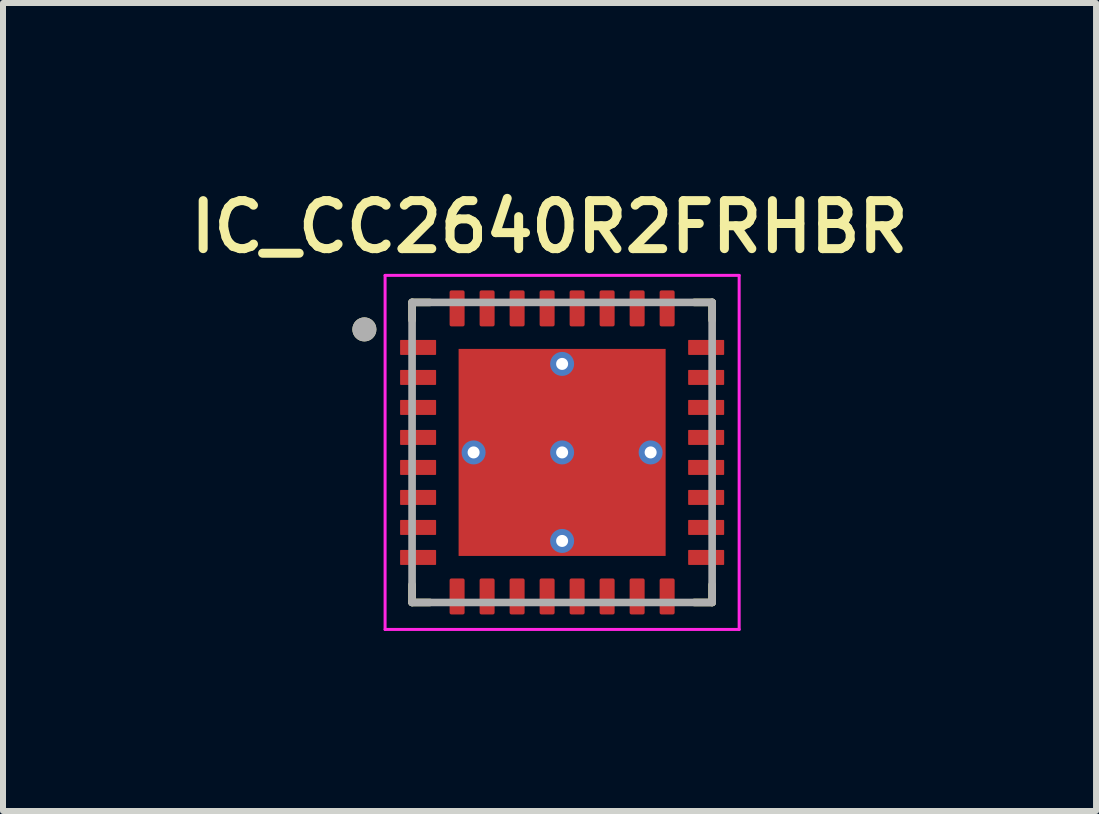
<source format=kicad_pcb>
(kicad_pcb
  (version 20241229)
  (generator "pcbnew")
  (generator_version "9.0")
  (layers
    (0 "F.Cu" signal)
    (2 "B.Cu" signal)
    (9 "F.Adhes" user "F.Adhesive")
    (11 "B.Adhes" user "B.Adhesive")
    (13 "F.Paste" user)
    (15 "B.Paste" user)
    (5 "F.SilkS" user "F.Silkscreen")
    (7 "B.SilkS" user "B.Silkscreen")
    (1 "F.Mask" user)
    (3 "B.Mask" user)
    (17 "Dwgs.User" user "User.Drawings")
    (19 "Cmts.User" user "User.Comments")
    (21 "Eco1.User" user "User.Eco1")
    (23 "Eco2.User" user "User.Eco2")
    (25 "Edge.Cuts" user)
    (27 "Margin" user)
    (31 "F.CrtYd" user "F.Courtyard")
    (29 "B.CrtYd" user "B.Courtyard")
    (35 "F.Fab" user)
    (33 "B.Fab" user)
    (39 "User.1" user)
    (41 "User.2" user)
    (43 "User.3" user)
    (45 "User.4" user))
  (footprint "IC_CC2640R2FRHBR"
    (layer "F.Cu")
    (at 6.317 4.489)
    (property "Reference" "IC_CC2640R2FRHBR" (at -0.21 -3.758 0) (layer "F.SilkS") (effects (font (size 0.8 0.8) (thickness 0.15))))
    (attr through_hole)
    (fp_poly (pts (xy -1.795 -1.795) (xy 1.795 -1.795) (xy 1.795 1.795) (xy -1.795 1.795)) (stroke (width 0.01) (type solid)) (fill yes) (layer "F.Mask"))
    (fp_poly (pts (xy -2.15 -1.555) (xy -2.65 -1.555) (xy -2.656 -1.555) (xy -2.663 -1.556) (xy -2.669 -1.556) (xy -2.675 -1.558) (xy -2.681 -1.559) (xy -2.687 -1.561) (xy -2.693 -1.563) (xy -2.699 -1.565) (xy -2.704 -1.568) (xy -2.71 -1.571) (xy -2.715 -1.574) (xy -2.721 -1.578) (xy -2.726 -1.582) (xy -2.73 -1.586) (xy -2.735 -1.59) (xy -2.739 -1.595) (xy -2.743 -1.599) (xy -2.747 -1.604) (xy -2.751 -1.61) (xy -2.754 -1.615) (xy -2.757 -1.621) (xy -2.76 -1.626) (xy -2.762 -1.632) (xy -2.764 -1.638) (xy -2.766 -1.644) (xy -2.767 -1.65) (xy -2.769 -1.656) (xy -2.769 -1.662) (xy -2.77 -1.669) (xy -2.77 -1.675) (xy -2.77 -1.825) (xy -2.77 -1.831) (xy -2.769 -1.838) (xy -2.769 -1.844) (xy -2.767 -1.85) (xy -2.766 -1.856) (xy -2.764 -1.862) (xy -2.762 -1.868) (xy -2.76 -1.874) (xy -2.757 -1.879) (xy -2.754 -1.885) (xy -2.751 -1.89) (xy -2.747 -1.896) (xy -2.743 -1.901) (xy -2.739 -1.905) (xy -2.735 -1.91) (xy -2.73 -1.914) (xy -2.726 -1.918) (xy -2.721 -1.922) (xy -2.715 -1.926) (xy -2.71 -1.929) (xy -2.704 -1.932) (xy -2.699 -1.935) (xy -2.693 -1.937) (xy -2.687 -1.939) (xy -2.681 -1.941) (xy -2.675 -1.942) (xy -2.669 -1.944) (xy -2.663 -1.944) (xy -2.656 -1.945) (xy -2.65 -1.945) (xy -2.15 -1.945) (xy -2.144 -1.945) (xy -2.137 -1.944) (xy -2.131 -1.944) (xy -2.125 -1.942) (xy -2.119 -1.941) (xy -2.113 -1.939) (xy -2.107 -1.937) (xy -2.101 -1.935) (xy -2.096 -1.932) (xy -2.09 -1.929) (xy -2.085 -1.926) (xy -2.079 -1.922) (xy -2.074 -1.918) (xy -2.07 -1.914) (xy -2.065 -1.91) (xy -2.061 -1.905) (xy -2.057 -1.901) (xy -2.053 -1.896) (xy -2.049 -1.89) (xy -2.046 -1.885) (xy -2.043 -1.879) (xy -2.04 -1.874) (xy -2.038 -1.868) (xy -2.036 -1.862) (xy -2.034 -1.856) (xy -2.033 -1.85) (xy -2.031 -1.844) (xy -2.031 -1.838) (xy -2.03 -1.831) (xy -2.03 -1.825) (xy -2.03 -1.675) (xy -2.03 -1.669) (xy -2.031 -1.662) (xy -2.031 -1.656) (xy -2.033 -1.65) (xy -2.034 -1.644) (xy -2.036 -1.638) (xy -2.038 -1.632) (xy -2.04 -1.626) (xy -2.043 -1.621) (xy -2.046 -1.615) (xy -2.049 -1.61) (xy -2.053 -1.604) (xy -2.057 -1.599) (xy -2.061 -1.595) (xy -2.065 -1.59) (xy -2.07 -1.586) (xy -2.074 -1.582) (xy -2.079 -1.578) (xy -2.085 -1.574) (xy -2.09 -1.571) (xy -2.096 -1.568) (xy -2.101 -1.565) (xy -2.107 -1.563) (xy -2.113 -1.561) (xy -2.119 -1.559) (xy -2.125 -1.558) (xy -2.131 -1.556) (xy -2.137 -1.556) (xy -2.144 -1.555) (xy -2.15 -1.555)) (stroke (width 0.01) (type solid)) (fill yes) (layer "F.Mask"))
    (fp_poly (pts (xy -2.15 -1.055) (xy -2.65 -1.055) (xy -2.656 -1.055) (xy -2.663 -1.056) (xy -2.669 -1.056) (xy -2.675 -1.058) (xy -2.681 -1.059) (xy -2.687 -1.061) (xy -2.693 -1.063) (xy -2.699 -1.065) (xy -2.704 -1.068) (xy -2.71 -1.071) (xy -2.715 -1.074) (xy -2.721 -1.078) (xy -2.726 -1.082) (xy -2.73 -1.086) (xy -2.735 -1.09) (xy -2.739 -1.095) (xy -2.743 -1.099) (xy -2.747 -1.104) (xy -2.751 -1.11) (xy -2.754 -1.115) (xy -2.757 -1.121) (xy -2.76 -1.126) (xy -2.762 -1.132) (xy -2.764 -1.138) (xy -2.766 -1.144) (xy -2.767 -1.15) (xy -2.769 -1.156) (xy -2.769 -1.162) (xy -2.77 -1.169) (xy -2.77 -1.175) (xy -2.77 -1.325) (xy -2.77 -1.331) (xy -2.769 -1.338) (xy -2.769 -1.344) (xy -2.767 -1.35) (xy -2.766 -1.356) (xy -2.764 -1.362) (xy -2.762 -1.368) (xy -2.76 -1.374) (xy -2.757 -1.379) (xy -2.754 -1.385) (xy -2.751 -1.39) (xy -2.747 -1.396) (xy -2.743 -1.401) (xy -2.739 -1.405) (xy -2.735 -1.41) (xy -2.73 -1.414) (xy -2.726 -1.418) (xy -2.721 -1.422) (xy -2.715 -1.426) (xy -2.71 -1.429) (xy -2.704 -1.432) (xy -2.699 -1.435) (xy -2.693 -1.437) (xy -2.687 -1.439) (xy -2.681 -1.441) (xy -2.675 -1.442) (xy -2.669 -1.444) (xy -2.663 -1.444) (xy -2.656 -1.445) (xy -2.65 -1.445) (xy -2.15 -1.445) (xy -2.144 -1.445) (xy -2.137 -1.444) (xy -2.131 -1.444) (xy -2.125 -1.442) (xy -2.119 -1.441) (xy -2.113 -1.439) (xy -2.107 -1.437) (xy -2.101 -1.435) (xy -2.096 -1.432) (xy -2.09 -1.429) (xy -2.085 -1.426) (xy -2.079 -1.422) (xy -2.074 -1.418) (xy -2.07 -1.414) (xy -2.065 -1.41) (xy -2.061 -1.405) (xy -2.057 -1.401) (xy -2.053 -1.396) (xy -2.049 -1.39) (xy -2.046 -1.385) (xy -2.043 -1.379) (xy -2.04 -1.374) (xy -2.038 -1.368) (xy -2.036 -1.362) (xy -2.034 -1.356) (xy -2.033 -1.35) (xy -2.031 -1.344) (xy -2.031 -1.338) (xy -2.03 -1.331) (xy -2.03 -1.325) (xy -2.03 -1.175) (xy -2.03 -1.169) (xy -2.031 -1.162) (xy -2.031 -1.156) (xy -2.033 -1.15) (xy -2.034 -1.144) (xy -2.036 -1.138) (xy -2.038 -1.132) (xy -2.04 -1.126) (xy -2.043 -1.121) (xy -2.046 -1.115) (xy -2.049 -1.11) (xy -2.053 -1.104) (xy -2.057 -1.099) (xy -2.061 -1.095) (xy -2.065 -1.09) (xy -2.07 -1.086) (xy -2.074 -1.082) (xy -2.079 -1.078) (xy -2.085 -1.074) (xy -2.09 -1.071) (xy -2.096 -1.068) (xy -2.101 -1.065) (xy -2.107 -1.063) (xy -2.113 -1.061) (xy -2.119 -1.059) (xy -2.125 -1.058) (xy -2.131 -1.056) (xy -2.137 -1.056) (xy -2.144 -1.055) (xy -2.15 -1.055)) (stroke (width 0.01) (type solid)) (fill yes) (layer "F.Mask"))
    (fp_poly (pts (xy -2.15 -0.555) (xy -2.65 -0.555) (xy -2.656 -0.555) (xy -2.663 -0.556) (xy -2.669 -0.556) (xy -2.675 -0.558) (xy -2.681 -0.559) (xy -2.687 -0.561) (xy -2.693 -0.563) (xy -2.699 -0.565) (xy -2.704 -0.568) (xy -2.71 -0.571) (xy -2.715 -0.574) (xy -2.721 -0.578) (xy -2.726 -0.582) (xy -2.73 -0.586) (xy -2.735 -0.59) (xy -2.739 -0.595) (xy -2.743 -0.599) (xy -2.747 -0.604) (xy -2.751 -0.61) (xy -2.754 -0.615) (xy -2.757 -0.621) (xy -2.76 -0.626) (xy -2.762 -0.632) (xy -2.764 -0.638) (xy -2.766 -0.644) (xy -2.767 -0.65) (xy -2.769 -0.656) (xy -2.769 -0.662) (xy -2.77 -0.669) (xy -2.77 -0.675) (xy -2.77 -0.825) (xy -2.77 -0.831) (xy -2.769 -0.838) (xy -2.769 -0.844) (xy -2.767 -0.85) (xy -2.766 -0.856) (xy -2.764 -0.862) (xy -2.762 -0.868) (xy -2.76 -0.874) (xy -2.757 -0.879) (xy -2.754 -0.885) (xy -2.751 -0.89) (xy -2.747 -0.896) (xy -2.743 -0.901) (xy -2.739 -0.905) (xy -2.735 -0.91) (xy -2.73 -0.914) (xy -2.726 -0.918) (xy -2.721 -0.922) (xy -2.715 -0.926) (xy -2.71 -0.929) (xy -2.704 -0.932) (xy -2.699 -0.935) (xy -2.693 -0.937) (xy -2.687 -0.939) (xy -2.681 -0.941) (xy -2.675 -0.942) (xy -2.669 -0.944) (xy -2.663 -0.944) (xy -2.656 -0.945) (xy -2.65 -0.945) (xy -2.15 -0.945) (xy -2.144 -0.945) (xy -2.137 -0.944) (xy -2.131 -0.944) (xy -2.125 -0.942) (xy -2.119 -0.941) (xy -2.113 -0.939) (xy -2.107 -0.937) (xy -2.101 -0.935) (xy -2.096 -0.932) (xy -2.09 -0.929) (xy -2.085 -0.926) (xy -2.079 -0.922) (xy -2.074 -0.918) (xy -2.07 -0.914) (xy -2.065 -0.91) (xy -2.061 -0.905) (xy -2.057 -0.901) (xy -2.053 -0.896) (xy -2.049 -0.89) (xy -2.046 -0.885) (xy -2.043 -0.879) (xy -2.04 -0.874) (xy -2.038 -0.868) (xy -2.036 -0.862) (xy -2.034 -0.856) (xy -2.033 -0.85) (xy -2.031 -0.844) (xy -2.031 -0.838) (xy -2.03 -0.831) (xy -2.03 -0.825) (xy -2.03 -0.675) (xy -2.03 -0.669) (xy -2.031 -0.662) (xy -2.031 -0.656) (xy -2.033 -0.65) (xy -2.034 -0.644) (xy -2.036 -0.638) (xy -2.038 -0.632) (xy -2.04 -0.626) (xy -2.043 -0.621) (xy -2.046 -0.615) (xy -2.049 -0.61) (xy -2.053 -0.604) (xy -2.057 -0.599) (xy -2.061 -0.595) (xy -2.065 -0.59) (xy -2.07 -0.586) (xy -2.074 -0.582) (xy -2.079 -0.578) (xy -2.085 -0.574) (xy -2.09 -0.571) (xy -2.096 -0.568) (xy -2.101 -0.565) (xy -2.107 -0.563) (xy -2.113 -0.561) (xy -2.119 -0.559) (xy -2.125 -0.558) (xy -2.131 -0.556) (xy -2.137 -0.556) (xy -2.144 -0.555) (xy -2.15 -0.555)) (stroke (width 0.01) (type solid)) (fill yes) (layer "F.Mask"))
    (fp_poly (pts (xy -2.15 -0.055) (xy -2.65 -0.055) (xy -2.656 -0.055) (xy -2.663 -0.056) (xy -2.669 -0.056) (xy -2.675 -0.058) (xy -2.681 -0.059) (xy -2.687 -0.061) (xy -2.693 -0.063) (xy -2.699 -0.065) (xy -2.704 -0.068) (xy -2.71 -0.071) (xy -2.715 -0.074) (xy -2.721 -0.078) (xy -2.726 -0.082) (xy -2.73 -0.086) (xy -2.735 -0.09) (xy -2.739 -0.095) (xy -2.743 -0.099) (xy -2.747 -0.104) (xy -2.751 -0.11) (xy -2.754 -0.115) (xy -2.757 -0.121) (xy -2.76 -0.126) (xy -2.762 -0.132) (xy -2.764 -0.138) (xy -2.766 -0.144) (xy -2.767 -0.15) (xy -2.769 -0.156) (xy -2.769 -0.162) (xy -2.77 -0.169) (xy -2.77 -0.175) (xy -2.77 -0.325) (xy -2.77 -0.331) (xy -2.769 -0.338) (xy -2.769 -0.344) (xy -2.767 -0.35) (xy -2.766 -0.356) (xy -2.764 -0.362) (xy -2.762 -0.368) (xy -2.76 -0.374) (xy -2.757 -0.379) (xy -2.754 -0.385) (xy -2.751 -0.39) (xy -2.747 -0.396) (xy -2.743 -0.401) (xy -2.739 -0.405) (xy -2.735 -0.41) (xy -2.73 -0.414) (xy -2.726 -0.418) (xy -2.721 -0.422) (xy -2.715 -0.426) (xy -2.71 -0.429) (xy -2.704 -0.432) (xy -2.699 -0.435) (xy -2.693 -0.437) (xy -2.687 -0.439) (xy -2.681 -0.441) (xy -2.675 -0.442) (xy -2.669 -0.444) (xy -2.663 -0.444) (xy -2.656 -0.445) (xy -2.65 -0.445) (xy -2.15 -0.445) (xy -2.144 -0.445) (xy -2.137 -0.444) (xy -2.131 -0.444) (xy -2.125 -0.442) (xy -2.119 -0.441) (xy -2.113 -0.439) (xy -2.107 -0.437) (xy -2.101 -0.435) (xy -2.096 -0.432) (xy -2.09 -0.429) (xy -2.085 -0.426) (xy -2.079 -0.422) (xy -2.074 -0.418) (xy -2.07 -0.414) (xy -2.065 -0.41) (xy -2.061 -0.405) (xy -2.057 -0.401) (xy -2.053 -0.396) (xy -2.049 -0.39) (xy -2.046 -0.385) (xy -2.043 -0.379) (xy -2.04 -0.374) (xy -2.038 -0.368) (xy -2.036 -0.362) (xy -2.034 -0.356) (xy -2.033 -0.35) (xy -2.031 -0.344) (xy -2.031 -0.338) (xy -2.03 -0.331) (xy -2.03 -0.325) (xy -2.03 -0.175) (xy -2.03 -0.169) (xy -2.031 -0.162) (xy -2.031 -0.156) (xy -2.033 -0.15) (xy -2.034 -0.144) (xy -2.036 -0.138) (xy -2.038 -0.132) (xy -2.04 -0.126) (xy -2.043 -0.121) (xy -2.046 -0.115) (xy -2.049 -0.11) (xy -2.053 -0.104) (xy -2.057 -0.099) (xy -2.061 -0.095) (xy -2.065 -0.09) (xy -2.07 -0.086) (xy -2.074 -0.082) (xy -2.079 -0.078) (xy -2.085 -0.074) (xy -2.09 -0.071) (xy -2.096 -0.068) (xy -2.101 -0.065) (xy -2.107 -0.063) (xy -2.113 -0.061) (xy -2.119 -0.059) (xy -2.125 -0.058) (xy -2.131 -0.056) (xy -2.137 -0.056) (xy -2.144 -0.055) (xy -2.15 -0.055)) (stroke (width 0.01) (type solid)) (fill yes) (layer "F.Mask"))
    (fp_poly (pts (xy -2.15 0.445) (xy -2.65 0.445) (xy -2.656 0.445) (xy -2.663 0.444) (xy -2.669 0.444) (xy -2.675 0.442) (xy -2.681 0.441) (xy -2.687 0.439) (xy -2.693 0.437) (xy -2.699 0.435) (xy -2.704 0.432) (xy -2.71 0.429) (xy -2.715 0.426) (xy -2.721 0.422) (xy -2.726 0.418) (xy -2.73 0.414) (xy -2.735 0.41) (xy -2.739 0.405) (xy -2.743 0.401) (xy -2.747 0.396) (xy -2.751 0.39) (xy -2.754 0.385) (xy -2.757 0.379) (xy -2.76 0.374) (xy -2.762 0.368) (xy -2.764 0.362) (xy -2.766 0.356) (xy -2.767 0.35) (xy -2.769 0.344) (xy -2.769 0.338) (xy -2.77 0.331) (xy -2.77 0.325) (xy -2.77 0.175) (xy -2.77 0.169) (xy -2.769 0.162) (xy -2.769 0.156) (xy -2.767 0.15) (xy -2.766 0.144) (xy -2.764 0.138) (xy -2.762 0.132) (xy -2.76 0.126) (xy -2.757 0.121) (xy -2.754 0.115) (xy -2.751 0.11) (xy -2.747 0.104) (xy -2.743 0.099) (xy -2.739 0.095) (xy -2.735 0.09) (xy -2.73 0.086) (xy -2.726 0.082) (xy -2.721 0.078) (xy -2.715 0.074) (xy -2.71 0.071) (xy -2.704 0.068) (xy -2.699 0.065) (xy -2.693 0.063) (xy -2.687 0.061) (xy -2.681 0.059) (xy -2.675 0.058) (xy -2.669 0.056) (xy -2.663 0.056) (xy -2.656 0.055) (xy -2.65 0.055) (xy -2.15 0.055) (xy -2.144 0.055) (xy -2.137 0.056) (xy -2.131 0.056) (xy -2.125 0.058) (xy -2.119 0.059) (xy -2.113 0.061) (xy -2.107 0.063) (xy -2.101 0.065) (xy -2.096 0.068) (xy -2.09 0.071) (xy -2.085 0.074) (xy -2.079 0.078) (xy -2.074 0.082) (xy -2.07 0.086) (xy -2.065 0.09) (xy -2.061 0.095) (xy -2.057 0.099) (xy -2.053 0.104) (xy -2.049 0.11) (xy -2.046 0.115) (xy -2.043 0.121) (xy -2.04 0.126) (xy -2.038 0.132) (xy -2.036 0.138) (xy -2.034 0.144) (xy -2.033 0.15) (xy -2.031 0.156) (xy -2.031 0.162) (xy -2.03 0.169) (xy -2.03 0.175) (xy -2.03 0.325) (xy -2.03 0.331) (xy -2.031 0.338) (xy -2.031 0.344) (xy -2.033 0.35) (xy -2.034 0.356) (xy -2.036 0.362) (xy -2.038 0.368) (xy -2.04 0.374) (xy -2.043 0.379) (xy -2.046 0.385) (xy -2.049 0.39) (xy -2.053 0.396) (xy -2.057 0.401) (xy -2.061 0.405) (xy -2.065 0.41) (xy -2.07 0.414) (xy -2.074 0.418) (xy -2.079 0.422) (xy -2.085 0.426) (xy -2.09 0.429) (xy -2.096 0.432) (xy -2.101 0.435) (xy -2.107 0.437) (xy -2.113 0.439) (xy -2.119 0.441) (xy -2.125 0.442) (xy -2.131 0.444) (xy -2.137 0.444) (xy -2.144 0.445) (xy -2.15 0.445)) (stroke (width 0.01) (type solid)) (fill yes) (layer "F.Mask"))
    (fp_poly (pts (xy -2.15 0.945) (xy -2.65 0.945) (xy -2.656 0.945) (xy -2.663 0.944) (xy -2.669 0.944) (xy -2.675 0.942) (xy -2.681 0.941) (xy -2.687 0.939) (xy -2.693 0.937) (xy -2.699 0.935) (xy -2.704 0.932) (xy -2.71 0.929) (xy -2.715 0.926) (xy -2.721 0.922) (xy -2.726 0.918) (xy -2.73 0.914) (xy -2.735 0.91) (xy -2.739 0.905) (xy -2.743 0.901) (xy -2.747 0.896) (xy -2.751 0.89) (xy -2.754 0.885) (xy -2.757 0.879) (xy -2.76 0.874) (xy -2.762 0.868) (xy -2.764 0.862) (xy -2.766 0.856) (xy -2.767 0.85) (xy -2.769 0.844) (xy -2.769 0.838) (xy -2.77 0.831) (xy -2.77 0.825) (xy -2.77 0.675) (xy -2.77 0.669) (xy -2.769 0.662) (xy -2.769 0.656) (xy -2.767 0.65) (xy -2.766 0.644) (xy -2.764 0.638) (xy -2.762 0.632) (xy -2.76 0.626) (xy -2.757 0.621) (xy -2.754 0.615) (xy -2.751 0.61) (xy -2.747 0.604) (xy -2.743 0.599) (xy -2.739 0.595) (xy -2.735 0.59) (xy -2.73 0.586) (xy -2.726 0.582) (xy -2.721 0.578) (xy -2.715 0.574) (xy -2.71 0.571) (xy -2.704 0.568) (xy -2.699 0.565) (xy -2.693 0.563) (xy -2.687 0.561) (xy -2.681 0.559) (xy -2.675 0.558) (xy -2.669 0.556) (xy -2.663 0.556) (xy -2.656 0.555) (xy -2.65 0.555) (xy -2.15 0.555) (xy -2.144 0.555) (xy -2.137 0.556) (xy -2.131 0.556) (xy -2.125 0.558) (xy -2.119 0.559) (xy -2.113 0.561) (xy -2.107 0.563) (xy -2.101 0.565) (xy -2.096 0.568) (xy -2.09 0.571) (xy -2.085 0.574) (xy -2.079 0.578) (xy -2.074 0.582) (xy -2.07 0.586) (xy -2.065 0.59) (xy -2.061 0.595) (xy -2.057 0.599) (xy -2.053 0.604) (xy -2.049 0.61) (xy -2.046 0.615) (xy -2.043 0.621) (xy -2.04 0.626) (xy -2.038 0.632) (xy -2.036 0.638) (xy -2.034 0.644) (xy -2.033 0.65) (xy -2.031 0.656) (xy -2.031 0.662) (xy -2.03 0.669) (xy -2.03 0.675) (xy -2.03 0.825) (xy -2.03 0.831) (xy -2.031 0.838) (xy -2.031 0.844) (xy -2.033 0.85) (xy -2.034 0.856) (xy -2.036 0.862) (xy -2.038 0.868) (xy -2.04 0.874) (xy -2.043 0.879) (xy -2.046 0.885) (xy -2.049 0.89) (xy -2.053 0.896) (xy -2.057 0.901) (xy -2.061 0.905) (xy -2.065 0.91) (xy -2.07 0.914) (xy -2.074 0.918) (xy -2.079 0.922) (xy -2.085 0.926) (xy -2.09 0.929) (xy -2.096 0.932) (xy -2.101 0.935) (xy -2.107 0.937) (xy -2.113 0.939) (xy -2.119 0.941) (xy -2.125 0.942) (xy -2.131 0.944) (xy -2.137 0.944) (xy -2.144 0.945) (xy -2.15 0.945)) (stroke (width 0.01) (type solid)) (fill yes) (layer "F.Mask"))
    (fp_poly (pts (xy -2.15 1.445) (xy -2.65 1.445) (xy -2.656 1.445) (xy -2.663 1.444) (xy -2.669 1.444) (xy -2.675 1.442) (xy -2.681 1.441) (xy -2.687 1.439) (xy -2.693 1.437) (xy -2.699 1.435) (xy -2.704 1.432) (xy -2.71 1.429) (xy -2.715 1.426) (xy -2.721 1.422) (xy -2.726 1.418) (xy -2.73 1.414) (xy -2.735 1.41) (xy -2.739 1.405) (xy -2.743 1.401) (xy -2.747 1.396) (xy -2.751 1.39) (xy -2.754 1.385) (xy -2.757 1.379) (xy -2.76 1.374) (xy -2.762 1.368) (xy -2.764 1.362) (xy -2.766 1.356) (xy -2.767 1.35) (xy -2.769 1.344) (xy -2.769 1.338) (xy -2.77 1.331) (xy -2.77 1.325) (xy -2.77 1.175) (xy -2.77 1.169) (xy -2.769 1.162) (xy -2.769 1.156) (xy -2.767 1.15) (xy -2.766 1.144) (xy -2.764 1.138) (xy -2.762 1.132) (xy -2.76 1.126) (xy -2.757 1.121) (xy -2.754 1.115) (xy -2.751 1.11) (xy -2.747 1.104) (xy -2.743 1.099) (xy -2.739 1.095) (xy -2.735 1.09) (xy -2.73 1.086) (xy -2.726 1.082) (xy -2.721 1.078) (xy -2.715 1.074) (xy -2.71 1.071) (xy -2.704 1.068) (xy -2.699 1.065) (xy -2.693 1.063) (xy -2.687 1.061) (xy -2.681 1.059) (xy -2.675 1.058) (xy -2.669 1.056) (xy -2.663 1.056) (xy -2.656 1.055) (xy -2.65 1.055) (xy -2.15 1.055) (xy -2.144 1.055) (xy -2.137 1.056) (xy -2.131 1.056) (xy -2.125 1.058) (xy -2.119 1.059) (xy -2.113 1.061) (xy -2.107 1.063) (xy -2.101 1.065) (xy -2.096 1.068) (xy -2.09 1.071) (xy -2.085 1.074) (xy -2.079 1.078) (xy -2.074 1.082) (xy -2.07 1.086) (xy -2.065 1.09) (xy -2.061 1.095) (xy -2.057 1.099) (xy -2.053 1.104) (xy -2.049 1.11) (xy -2.046 1.115) (xy -2.043 1.121) (xy -2.04 1.126) (xy -2.038 1.132) (xy -2.036 1.138) (xy -2.034 1.144) (xy -2.033 1.15) (xy -2.031 1.156) (xy -2.031 1.162) (xy -2.03 1.169) (xy -2.03 1.175) (xy -2.03 1.325) (xy -2.03 1.331) (xy -2.031 1.338) (xy -2.031 1.344) (xy -2.033 1.35) (xy -2.034 1.356) (xy -2.036 1.362) (xy -2.038 1.368) (xy -2.04 1.374) (xy -2.043 1.379) (xy -2.046 1.385) (xy -2.049 1.39) (xy -2.053 1.396) (xy -2.057 1.401) (xy -2.061 1.405) (xy -2.065 1.41) (xy -2.07 1.414) (xy -2.074 1.418) (xy -2.079 1.422) (xy -2.085 1.426) (xy -2.09 1.429) (xy -2.096 1.432) (xy -2.101 1.435) (xy -2.107 1.437) (xy -2.113 1.439) (xy -2.119 1.441) (xy -2.125 1.442) (xy -2.131 1.444) (xy -2.137 1.444) (xy -2.144 1.445) (xy -2.15 1.445)) (stroke (width 0.01) (type solid)) (fill yes) (layer "F.Mask"))
    (fp_poly (pts (xy -2.15 1.945) (xy -2.65 1.945) (xy -2.656 1.945) (xy -2.663 1.944) (xy -2.669 1.944) (xy -2.675 1.942) (xy -2.681 1.941) (xy -2.687 1.939) (xy -2.693 1.937) (xy -2.699 1.935) (xy -2.704 1.932) (xy -2.71 1.929) (xy -2.715 1.926) (xy -2.721 1.922) (xy -2.726 1.918) (xy -2.73 1.914) (xy -2.735 1.91) (xy -2.739 1.905) (xy -2.743 1.901) (xy -2.747 1.896) (xy -2.751 1.89) (xy -2.754 1.885) (xy -2.757 1.879) (xy -2.76 1.874) (xy -2.762 1.868) (xy -2.764 1.862) (xy -2.766 1.856) (xy -2.767 1.85) (xy -2.769 1.844) (xy -2.769 1.838) (xy -2.77 1.831) (xy -2.77 1.825) (xy -2.77 1.675) (xy -2.77 1.669) (xy -2.769 1.662) (xy -2.769 1.656) (xy -2.767 1.65) (xy -2.766 1.644) (xy -2.764 1.638) (xy -2.762 1.632) (xy -2.76 1.626) (xy -2.757 1.621) (xy -2.754 1.615) (xy -2.751 1.61) (xy -2.747 1.604) (xy -2.743 1.599) (xy -2.739 1.595) (xy -2.735 1.59) (xy -2.73 1.586) (xy -2.726 1.582) (xy -2.721 1.578) (xy -2.715 1.574) (xy -2.71 1.571) (xy -2.704 1.568) (xy -2.699 1.565) (xy -2.693 1.563) (xy -2.687 1.561) (xy -2.681 1.559) (xy -2.675 1.558) (xy -2.669 1.556) (xy -2.663 1.556) (xy -2.656 1.555) (xy -2.65 1.555) (xy -2.15 1.555) (xy -2.144 1.555) (xy -2.137 1.556) (xy -2.131 1.556) (xy -2.125 1.558) (xy -2.119 1.559) (xy -2.113 1.561) (xy -2.107 1.563) (xy -2.101 1.565) (xy -2.096 1.568) (xy -2.09 1.571) (xy -2.085 1.574) (xy -2.079 1.578) (xy -2.074 1.582) (xy -2.07 1.586) (xy -2.065 1.59) (xy -2.061 1.595) (xy -2.057 1.599) (xy -2.053 1.604) (xy -2.049 1.61) (xy -2.046 1.615) (xy -2.043 1.621) (xy -2.04 1.626) (xy -2.038 1.632) (xy -2.036 1.638) (xy -2.034 1.644) (xy -2.033 1.65) (xy -2.031 1.656) (xy -2.031 1.662) (xy -2.03 1.669) (xy -2.03 1.675) (xy -2.03 1.825) (xy -2.03 1.831) (xy -2.031 1.838) (xy -2.031 1.844) (xy -2.033 1.85) (xy -2.034 1.856) (xy -2.036 1.862) (xy -2.038 1.868) (xy -2.04 1.874) (xy -2.043 1.879) (xy -2.046 1.885) (xy -2.049 1.89) (xy -2.053 1.896) (xy -2.057 1.901) (xy -2.061 1.905) (xy -2.065 1.91) (xy -2.07 1.914) (xy -2.074 1.918) (xy -2.079 1.922) (xy -2.085 1.926) (xy -2.09 1.929) (xy -2.096 1.932) (xy -2.101 1.935) (xy -2.107 1.937) (xy -2.113 1.939) (xy -2.119 1.941) (xy -2.125 1.942) (xy -2.131 1.944) (xy -2.137 1.944) (xy -2.144 1.945) (xy -2.15 1.945)) (stroke (width 0.01) (type solid)) (fill yes) (layer "F.Mask"))
    (fp_poly (pts (xy -1.945 -2.15) (xy -1.945 -2.65) (xy -1.945 -2.656) (xy -1.944 -2.663) (xy -1.944 -2.669) (xy -1.942 -2.675) (xy -1.941 -2.681) (xy -1.939 -2.687) (xy -1.937 -2.693) (xy -1.935 -2.699) (xy -1.932 -2.704) (xy -1.929 -2.71) (xy -1.926 -2.715) (xy -1.922 -2.721) (xy -1.918 -2.726) (xy -1.914 -2.73) (xy -1.91 -2.735) (xy -1.905 -2.739) (xy -1.901 -2.743) (xy -1.896 -2.747) (xy -1.89 -2.751) (xy -1.885 -2.754) (xy -1.879 -2.757) (xy -1.874 -2.76) (xy -1.868 -2.762) (xy -1.862 -2.764) (xy -1.856 -2.766) (xy -1.85 -2.767) (xy -1.844 -2.769) (xy -1.838 -2.769) (xy -1.831 -2.77) (xy -1.825 -2.77) (xy -1.675 -2.77) (xy -1.669 -2.77) (xy -1.662 -2.769) (xy -1.656 -2.769) (xy -1.65 -2.767) (xy -1.644 -2.766) (xy -1.638 -2.764) (xy -1.632 -2.762) (xy -1.626 -2.76) (xy -1.621 -2.757) (xy -1.615 -2.754) (xy -1.61 -2.751) (xy -1.604 -2.747) (xy -1.599 -2.743) (xy -1.595 -2.739) (xy -1.59 -2.735) (xy -1.586 -2.73) (xy -1.582 -2.726) (xy -1.578 -2.721) (xy -1.574 -2.715) (xy -1.571 -2.71) (xy -1.568 -2.704) (xy -1.565 -2.699) (xy -1.563 -2.693) (xy -1.561 -2.687) (xy -1.559 -2.681) (xy -1.558 -2.675) (xy -1.556 -2.669) (xy -1.556 -2.663) (xy -1.555 -2.656) (xy -1.555 -2.65) (xy -1.555 -2.15) (xy -1.555 -2.144) (xy -1.556 -2.137) (xy -1.556 -2.131) (xy -1.558 -2.125) (xy -1.559 -2.119) (xy -1.561 -2.113) (xy -1.563 -2.107) (xy -1.565 -2.101) (xy -1.568 -2.096) (xy -1.571 -2.09) (xy -1.574 -2.085) (xy -1.578 -2.079) (xy -1.582 -2.074) (xy -1.586 -2.07) (xy -1.59 -2.065) (xy -1.595 -2.061) (xy -1.599 -2.057) (xy -1.604 -2.053) (xy -1.61 -2.049) (xy -1.615 -2.046) (xy -1.621 -2.043) (xy -1.626 -2.04) (xy -1.632 -2.038) (xy -1.638 -2.036) (xy -1.644 -2.034) (xy -1.65 -2.033) (xy -1.656 -2.031) (xy -1.662 -2.031) (xy -1.669 -2.03) (xy -1.675 -2.03) (xy -1.825 -2.03) (xy -1.831 -2.03) (xy -1.838 -2.031) (xy -1.844 -2.031) (xy -1.85 -2.033) (xy -1.856 -2.034) (xy -1.862 -2.036) (xy -1.868 -2.038) (xy -1.874 -2.04) (xy -1.879 -2.043) (xy -1.885 -2.046) (xy -1.89 -2.049) (xy -1.896 -2.053) (xy -1.901 -2.057) (xy -1.905 -2.061) (xy -1.91 -2.065) (xy -1.914 -2.07) (xy -1.918 -2.074) (xy -1.922 -2.079) (xy -1.926 -2.085) (xy -1.929 -2.09) (xy -1.932 -2.096) (xy -1.935 -2.101) (xy -1.937 -2.107) (xy -1.939 -2.113) (xy -1.941 -2.119) (xy -1.942 -2.125) (xy -1.944 -2.131) (xy -1.944 -2.137) (xy -1.945 -2.144) (xy -1.945 -2.15)) (stroke (width 0.01) (type solid)) (fill yes) (layer "F.Mask"))
    (fp_poly (pts (xy -1.555 2.15) (xy -1.555 2.65) (xy -1.555 2.656) (xy -1.556 2.663) (xy -1.556 2.669) (xy -1.558 2.675) (xy -1.559 2.681) (xy -1.561 2.687) (xy -1.563 2.693) (xy -1.565 2.699) (xy -1.568 2.704) (xy -1.571 2.71) (xy -1.574 2.715) (xy -1.578 2.721) (xy -1.582 2.726) (xy -1.586 2.73) (xy -1.59 2.735) (xy -1.595 2.739) (xy -1.599 2.743) (xy -1.604 2.747) (xy -1.61 2.751) (xy -1.615 2.754) (xy -1.621 2.757) (xy -1.626 2.76) (xy -1.632 2.762) (xy -1.638 2.764) (xy -1.644 2.766) (xy -1.65 2.767) (xy -1.656 2.769) (xy -1.662 2.769) (xy -1.669 2.77) (xy -1.675 2.77) (xy -1.825 2.77) (xy -1.831 2.77) (xy -1.838 2.769) (xy -1.844 2.769) (xy -1.85 2.767) (xy -1.856 2.766) (xy -1.862 2.764) (xy -1.868 2.762) (xy -1.874 2.76) (xy -1.879 2.757) (xy -1.885 2.754) (xy -1.89 2.751) (xy -1.896 2.747) (xy -1.901 2.743) (xy -1.905 2.739) (xy -1.91 2.735) (xy -1.914 2.73) (xy -1.918 2.726) (xy -1.922 2.721) (xy -1.926 2.715) (xy -1.929 2.71) (xy -1.932 2.704) (xy -1.935 2.699) (xy -1.937 2.693) (xy -1.939 2.687) (xy -1.941 2.681) (xy -1.942 2.675) (xy -1.944 2.669) (xy -1.944 2.663) (xy -1.945 2.656) (xy -1.945 2.65) (xy -1.945 2.15) (xy -1.945 2.144) (xy -1.944 2.137) (xy -1.944 2.131) (xy -1.942 2.125) (xy -1.941 2.119) (xy -1.939 2.113) (xy -1.937 2.107) (xy -1.935 2.101) (xy -1.932 2.096) (xy -1.929 2.09) (xy -1.926 2.085) (xy -1.922 2.079) (xy -1.918 2.074) (xy -1.914 2.07) (xy -1.91 2.065) (xy -1.905 2.061) (xy -1.901 2.057) (xy -1.896 2.053) (xy -1.89 2.049) (xy -1.885 2.046) (xy -1.879 2.043) (xy -1.874 2.04) (xy -1.868 2.038) (xy -1.862 2.036) (xy -1.856 2.034) (xy -1.85 2.033) (xy -1.844 2.031) (xy -1.838 2.031) (xy -1.831 2.03) (xy -1.825 2.03) (xy -1.675 2.03) (xy -1.669 2.03) (xy -1.662 2.031) (xy -1.656 2.031) (xy -1.65 2.033) (xy -1.644 2.034) (xy -1.638 2.036) (xy -1.632 2.038) (xy -1.626 2.04) (xy -1.621 2.043) (xy -1.615 2.046) (xy -1.61 2.049) (xy -1.604 2.053) (xy -1.599 2.057) (xy -1.595 2.061) (xy -1.59 2.065) (xy -1.586 2.07) (xy -1.582 2.074) (xy -1.578 2.079) (xy -1.574 2.085) (xy -1.571 2.09) (xy -1.568 2.096) (xy -1.565 2.101) (xy -1.563 2.107) (xy -1.561 2.113) (xy -1.559 2.119) (xy -1.558 2.125) (xy -1.556 2.131) (xy -1.556 2.137) (xy -1.555 2.144) (xy -1.555 2.15)) (stroke (width 0.01) (type solid)) (fill yes) (layer "F.Mask"))
    (fp_poly (pts (xy -1.445 -2.15) (xy -1.445 -2.65) (xy -1.445 -2.656) (xy -1.444 -2.663) (xy -1.444 -2.669) (xy -1.442 -2.675) (xy -1.441 -2.681) (xy -1.439 -2.687) (xy -1.437 -2.693) (xy -1.435 -2.699) (xy -1.432 -2.704) (xy -1.429 -2.71) (xy -1.426 -2.715) (xy -1.422 -2.721) (xy -1.418 -2.726) (xy -1.414 -2.73) (xy -1.41 -2.735) (xy -1.405 -2.739) (xy -1.401 -2.743) (xy -1.396 -2.747) (xy -1.39 -2.751) (xy -1.385 -2.754) (xy -1.379 -2.757) (xy -1.374 -2.76) (xy -1.368 -2.762) (xy -1.362 -2.764) (xy -1.356 -2.766) (xy -1.35 -2.767) (xy -1.344 -2.769) (xy -1.338 -2.769) (xy -1.331 -2.77) (xy -1.325 -2.77) (xy -1.175 -2.77) (xy -1.169 -2.77) (xy -1.162 -2.769) (xy -1.156 -2.769) (xy -1.15 -2.767) (xy -1.144 -2.766) (xy -1.138 -2.764) (xy -1.132 -2.762) (xy -1.126 -2.76) (xy -1.121 -2.757) (xy -1.115 -2.754) (xy -1.11 -2.751) (xy -1.104 -2.747) (xy -1.099 -2.743) (xy -1.095 -2.739) (xy -1.09 -2.735) (xy -1.086 -2.73) (xy -1.082 -2.726) (xy -1.078 -2.721) (xy -1.074 -2.715) (xy -1.071 -2.71) (xy -1.068 -2.704) (xy -1.065 -2.699) (xy -1.063 -2.693) (xy -1.061 -2.687) (xy -1.059 -2.681) (xy -1.058 -2.675) (xy -1.056 -2.669) (xy -1.056 -2.663) (xy -1.055 -2.656) (xy -1.055 -2.65) (xy -1.055 -2.15) (xy -1.055 -2.144) (xy -1.056 -2.137) (xy -1.056 -2.131) (xy -1.058 -2.125) (xy -1.059 -2.119) (xy -1.061 -2.113) (xy -1.063 -2.107) (xy -1.065 -2.101) (xy -1.068 -2.096) (xy -1.071 -2.09) (xy -1.074 -2.085) (xy -1.078 -2.079) (xy -1.082 -2.074) (xy -1.086 -2.07) (xy -1.09 -2.065) (xy -1.095 -2.061) (xy -1.099 -2.057) (xy -1.104 -2.053) (xy -1.11 -2.049) (xy -1.115 -2.046) (xy -1.121 -2.043) (xy -1.126 -2.04) (xy -1.132 -2.038) (xy -1.138 -2.036) (xy -1.144 -2.034) (xy -1.15 -2.033) (xy -1.156 -2.031) (xy -1.162 -2.031) (xy -1.169 -2.03) (xy -1.175 -2.03) (xy -1.325 -2.03) (xy -1.331 -2.03) (xy -1.338 -2.031) (xy -1.344 -2.031) (xy -1.35 -2.033) (xy -1.356 -2.034) (xy -1.362 -2.036) (xy -1.368 -2.038) (xy -1.374 -2.04) (xy -1.379 -2.043) (xy -1.385 -2.046) (xy -1.39 -2.049) (xy -1.396 -2.053) (xy -1.401 -2.057) (xy -1.405 -2.061) (xy -1.41 -2.065) (xy -1.414 -2.07) (xy -1.418 -2.074) (xy -1.422 -2.079) (xy -1.426 -2.085) (xy -1.429 -2.09) (xy -1.432 -2.096) (xy -1.435 -2.101) (xy -1.437 -2.107) (xy -1.439 -2.113) (xy -1.441 -2.119) (xy -1.442 -2.125) (xy -1.444 -2.131) (xy -1.444 -2.137) (xy -1.445 -2.144) (xy -1.445 -2.15)) (stroke (width 0.01) (type solid)) (fill yes) (layer "F.Mask"))
    (fp_poly (pts (xy -1.055 2.15) (xy -1.055 2.65) (xy -1.055 2.656) (xy -1.056 2.663) (xy -1.056 2.669) (xy -1.058 2.675) (xy -1.059 2.681) (xy -1.061 2.687) (xy -1.063 2.693) (xy -1.065 2.699) (xy -1.068 2.704) (xy -1.071 2.71) (xy -1.074 2.715) (xy -1.078 2.721) (xy -1.082 2.726) (xy -1.086 2.73) (xy -1.09 2.735) (xy -1.095 2.739) (xy -1.099 2.743) (xy -1.104 2.747) (xy -1.11 2.751) (xy -1.115 2.754) (xy -1.121 2.757) (xy -1.126 2.76) (xy -1.132 2.762) (xy -1.138 2.764) (xy -1.144 2.766) (xy -1.15 2.767) (xy -1.156 2.769) (xy -1.162 2.769) (xy -1.169 2.77) (xy -1.175 2.77) (xy -1.325 2.77) (xy -1.331 2.77) (xy -1.338 2.769) (xy -1.344 2.769) (xy -1.35 2.767) (xy -1.356 2.766) (xy -1.362 2.764) (xy -1.368 2.762) (xy -1.374 2.76) (xy -1.379 2.757) (xy -1.385 2.754) (xy -1.39 2.751) (xy -1.396 2.747) (xy -1.401 2.743) (xy -1.405 2.739) (xy -1.41 2.735) (xy -1.414 2.73) (xy -1.418 2.726) (xy -1.422 2.721) (xy -1.426 2.715) (xy -1.429 2.71) (xy -1.432 2.704) (xy -1.435 2.699) (xy -1.437 2.693) (xy -1.439 2.687) (xy -1.441 2.681) (xy -1.442 2.675) (xy -1.444 2.669) (xy -1.444 2.663) (xy -1.445 2.656) (xy -1.445 2.65) (xy -1.445 2.15) (xy -1.445 2.144) (xy -1.444 2.137) (xy -1.444 2.131) (xy -1.442 2.125) (xy -1.441 2.119) (xy -1.439 2.113) (xy -1.437 2.107) (xy -1.435 2.101) (xy -1.432 2.096) (xy -1.429 2.09) (xy -1.426 2.085) (xy -1.422 2.079) (xy -1.418 2.074) (xy -1.414 2.07) (xy -1.41 2.065) (xy -1.405 2.061) (xy -1.401 2.057) (xy -1.396 2.053) (xy -1.39 2.049) (xy -1.385 2.046) (xy -1.379 2.043) (xy -1.374 2.04) (xy -1.368 2.038) (xy -1.362 2.036) (xy -1.356 2.034) (xy -1.35 2.033) (xy -1.344 2.031) (xy -1.338 2.031) (xy -1.331 2.03) (xy -1.325 2.03) (xy -1.175 2.03) (xy -1.169 2.03) (xy -1.162 2.031) (xy -1.156 2.031) (xy -1.15 2.033) (xy -1.144 2.034) (xy -1.138 2.036) (xy -1.132 2.038) (xy -1.126 2.04) (xy -1.121 2.043) (xy -1.115 2.046) (xy -1.11 2.049) (xy -1.104 2.053) (xy -1.099 2.057) (xy -1.095 2.061) (xy -1.09 2.065) (xy -1.086 2.07) (xy -1.082 2.074) (xy -1.078 2.079) (xy -1.074 2.085) (xy -1.071 2.09) (xy -1.068 2.096) (xy -1.065 2.101) (xy -1.063 2.107) (xy -1.061 2.113) (xy -1.059 2.119) (xy -1.058 2.125) (xy -1.056 2.131) (xy -1.056 2.137) (xy -1.055 2.144) (xy -1.055 2.15)) (stroke (width 0.01) (type solid)) (fill yes) (layer "F.Mask"))
    (fp_poly (pts (xy -0.945 -2.15) (xy -0.945 -2.65) (xy -0.945 -2.656) (xy -0.944 -2.663) (xy -0.944 -2.669) (xy -0.942 -2.675) (xy -0.941 -2.681) (xy -0.939 -2.687) (xy -0.937 -2.693) (xy -0.935 -2.699) (xy -0.932 -2.704) (xy -0.929 -2.71) (xy -0.926 -2.715) (xy -0.922 -2.721) (xy -0.918 -2.726) (xy -0.914 -2.73) (xy -0.91 -2.735) (xy -0.905 -2.739) (xy -0.901 -2.743) (xy -0.896 -2.747) (xy -0.89 -2.751) (xy -0.885 -2.754) (xy -0.879 -2.757) (xy -0.874 -2.76) (xy -0.868 -2.762) (xy -0.862 -2.764) (xy -0.856 -2.766) (xy -0.85 -2.767) (xy -0.844 -2.769) (xy -0.838 -2.769) (xy -0.831 -2.77) (xy -0.825 -2.77) (xy -0.675 -2.77) (xy -0.669 -2.77) (xy -0.662 -2.769) (xy -0.656 -2.769) (xy -0.65 -2.767) (xy -0.644 -2.766) (xy -0.638 -2.764) (xy -0.632 -2.762) (xy -0.626 -2.76) (xy -0.621 -2.757) (xy -0.615 -2.754) (xy -0.61 -2.751) (xy -0.604 -2.747) (xy -0.599 -2.743) (xy -0.595 -2.739) (xy -0.59 -2.735) (xy -0.586 -2.73) (xy -0.582 -2.726) (xy -0.578 -2.721) (xy -0.574 -2.715) (xy -0.571 -2.71) (xy -0.568 -2.704) (xy -0.565 -2.699) (xy -0.563 -2.693) (xy -0.561 -2.687) (xy -0.559 -2.681) (xy -0.558 -2.675) (xy -0.556 -2.669) (xy -0.556 -2.663) (xy -0.555 -2.656) (xy -0.555 -2.65) (xy -0.555 -2.15) (xy -0.555 -2.144) (xy -0.556 -2.137) (xy -0.556 -2.131) (xy -0.558 -2.125) (xy -0.559 -2.119) (xy -0.561 -2.113) (xy -0.563 -2.107) (xy -0.565 -2.101) (xy -0.568 -2.096) (xy -0.571 -2.09) (xy -0.574 -2.085) (xy -0.578 -2.079) (xy -0.582 -2.074) (xy -0.586 -2.07) (xy -0.59 -2.065) (xy -0.595 -2.061) (xy -0.599 -2.057) (xy -0.604 -2.053) (xy -0.61 -2.049) (xy -0.615 -2.046) (xy -0.621 -2.043) (xy -0.626 -2.04) (xy -0.632 -2.038) (xy -0.638 -2.036) (xy -0.644 -2.034) (xy -0.65 -2.033) (xy -0.656 -2.031) (xy -0.662 -2.031) (xy -0.669 -2.03) (xy -0.675 -2.03) (xy -0.825 -2.03) (xy -0.831 -2.03) (xy -0.838 -2.031) (xy -0.844 -2.031) (xy -0.85 -2.033) (xy -0.856 -2.034) (xy -0.862 -2.036) (xy -0.868 -2.038) (xy -0.874 -2.04) (xy -0.879 -2.043) (xy -0.885 -2.046) (xy -0.89 -2.049) (xy -0.896 -2.053) (xy -0.901 -2.057) (xy -0.905 -2.061) (xy -0.91 -2.065) (xy -0.914 -2.07) (xy -0.918 -2.074) (xy -0.922 -2.079) (xy -0.926 -2.085) (xy -0.929 -2.09) (xy -0.932 -2.096) (xy -0.935 -2.101) (xy -0.937 -2.107) (xy -0.939 -2.113) (xy -0.941 -2.119) (xy -0.942 -2.125) (xy -0.944 -2.131) (xy -0.944 -2.137) (xy -0.945 -2.144) (xy -0.945 -2.15)) (stroke (width 0.01) (type solid)) (fill yes) (layer "F.Mask"))
    (fp_poly (pts (xy -0.555 2.15) (xy -0.555 2.65) (xy -0.555 2.656) (xy -0.556 2.663) (xy -0.556 2.669) (xy -0.558 2.675) (xy -0.559 2.681) (xy -0.561 2.687) (xy -0.563 2.693) (xy -0.565 2.699) (xy -0.568 2.704) (xy -0.571 2.71) (xy -0.574 2.715) (xy -0.578 2.721) (xy -0.582 2.726) (xy -0.586 2.73) (xy -0.59 2.735) (xy -0.595 2.739) (xy -0.599 2.743) (xy -0.604 2.747) (xy -0.61 2.751) (xy -0.615 2.754) (xy -0.621 2.757) (xy -0.626 2.76) (xy -0.632 2.762) (xy -0.638 2.764) (xy -0.644 2.766) (xy -0.65 2.767) (xy -0.656 2.769) (xy -0.662 2.769) (xy -0.669 2.77) (xy -0.675 2.77) (xy -0.825 2.77) (xy -0.831 2.77) (xy -0.838 2.769) (xy -0.844 2.769) (xy -0.85 2.767) (xy -0.856 2.766) (xy -0.862 2.764) (xy -0.868 2.762) (xy -0.874 2.76) (xy -0.879 2.757) (xy -0.885 2.754) (xy -0.89 2.751) (xy -0.896 2.747) (xy -0.901 2.743) (xy -0.905 2.739) (xy -0.91 2.735) (xy -0.914 2.73) (xy -0.918 2.726) (xy -0.922 2.721) (xy -0.926 2.715) (xy -0.929 2.71) (xy -0.932 2.704) (xy -0.935 2.699) (xy -0.937 2.693) (xy -0.939 2.687) (xy -0.941 2.681) (xy -0.942 2.675) (xy -0.944 2.669) (xy -0.944 2.663) (xy -0.945 2.656) (xy -0.945 2.65) (xy -0.945 2.15) (xy -0.945 2.144) (xy -0.944 2.137) (xy -0.944 2.131) (xy -0.942 2.125) (xy -0.941 2.119) (xy -0.939 2.113) (xy -0.937 2.107) (xy -0.935 2.101) (xy -0.932 2.096) (xy -0.929 2.09) (xy -0.926 2.085) (xy -0.922 2.079) (xy -0.918 2.074) (xy -0.914 2.07) (xy -0.91 2.065) (xy -0.905 2.061) (xy -0.901 2.057) (xy -0.896 2.053) (xy -0.89 2.049) (xy -0.885 2.046) (xy -0.879 2.043) (xy -0.874 2.04) (xy -0.868 2.038) (xy -0.862 2.036) (xy -0.856 2.034) (xy -0.85 2.033) (xy -0.844 2.031) (xy -0.838 2.031) (xy -0.831 2.03) (xy -0.825 2.03) (xy -0.675 2.03) (xy -0.669 2.03) (xy -0.662 2.031) (xy -0.656 2.031) (xy -0.65 2.033) (xy -0.644 2.034) (xy -0.638 2.036) (xy -0.632 2.038) (xy -0.626 2.04) (xy -0.621 2.043) (xy -0.615 2.046) (xy -0.61 2.049) (xy -0.604 2.053) (xy -0.599 2.057) (xy -0.595 2.061) (xy -0.59 2.065) (xy -0.586 2.07) (xy -0.582 2.074) (xy -0.578 2.079) (xy -0.574 2.085) (xy -0.571 2.09) (xy -0.568 2.096) (xy -0.565 2.101) (xy -0.563 2.107) (xy -0.561 2.113) (xy -0.559 2.119) (xy -0.558 2.125) (xy -0.556 2.131) (xy -0.556 2.137) (xy -0.555 2.144) (xy -0.555 2.15)) (stroke (width 0.01) (type solid)) (fill yes) (layer "F.Mask"))
    (fp_poly (pts (xy -0.445 -2.15) (xy -0.445 -2.65) (xy -0.445 -2.656) (xy -0.444 -2.663) (xy -0.444 -2.669) (xy -0.442 -2.675) (xy -0.441 -2.681) (xy -0.439 -2.687) (xy -0.437 -2.693) (xy -0.435 -2.699) (xy -0.432 -2.704) (xy -0.429 -2.71) (xy -0.426 -2.715) (xy -0.422 -2.721) (xy -0.418 -2.726) (xy -0.414 -2.73) (xy -0.41 -2.735) (xy -0.405 -2.739) (xy -0.401 -2.743) (xy -0.396 -2.747) (xy -0.39 -2.751) (xy -0.385 -2.754) (xy -0.379 -2.757) (xy -0.374 -2.76) (xy -0.368 -2.762) (xy -0.362 -2.764) (xy -0.356 -2.766) (xy -0.35 -2.767) (xy -0.344 -2.769) (xy -0.338 -2.769) (xy -0.331 -2.77) (xy -0.325 -2.77) (xy -0.175 -2.77) (xy -0.169 -2.77) (xy -0.162 -2.769) (xy -0.156 -2.769) (xy -0.15 -2.767) (xy -0.144 -2.766) (xy -0.138 -2.764) (xy -0.132 -2.762) (xy -0.126 -2.76) (xy -0.121 -2.757) (xy -0.115 -2.754) (xy -0.11 -2.751) (xy -0.104 -2.747) (xy -0.099 -2.743) (xy -0.095 -2.739) (xy -0.09 -2.735) (xy -0.086 -2.73) (xy -0.082 -2.726) (xy -0.078 -2.721) (xy -0.074 -2.715) (xy -0.071 -2.71) (xy -0.068 -2.704) (xy -0.065 -2.699) (xy -0.063 -2.693) (xy -0.061 -2.687) (xy -0.059 -2.681) (xy -0.058 -2.675) (xy -0.056 -2.669) (xy -0.056 -2.663) (xy -0.055 -2.656) (xy -0.055 -2.65) (xy -0.055 -2.15) (xy -0.055 -2.144) (xy -0.056 -2.137) (xy -0.056 -2.131) (xy -0.058 -2.125) (xy -0.059 -2.119) (xy -0.061 -2.113) (xy -0.063 -2.107) (xy -0.065 -2.101) (xy -0.068 -2.096) (xy -0.071 -2.09) (xy -0.074 -2.085) (xy -0.078 -2.079) (xy -0.082 -2.074) (xy -0.086 -2.07) (xy -0.09 -2.065) (xy -0.095 -2.061) (xy -0.099 -2.057) (xy -0.104 -2.053) (xy -0.11 -2.049) (xy -0.115 -2.046) (xy -0.121 -2.043) (xy -0.126 -2.04) (xy -0.132 -2.038) (xy -0.138 -2.036) (xy -0.144 -2.034) (xy -0.15 -2.033) (xy -0.156 -2.031) (xy -0.162 -2.031) (xy -0.169 -2.03) (xy -0.175 -2.03) (xy -0.325 -2.03) (xy -0.331 -2.03) (xy -0.338 -2.031) (xy -0.344 -2.031) (xy -0.35 -2.033) (xy -0.356 -2.034) (xy -0.362 -2.036) (xy -0.368 -2.038) (xy -0.374 -2.04) (xy -0.379 -2.043) (xy -0.385 -2.046) (xy -0.39 -2.049) (xy -0.396 -2.053) (xy -0.401 -2.057) (xy -0.405 -2.061) (xy -0.41 -2.065) (xy -0.414 -2.07) (xy -0.418 -2.074) (xy -0.422 -2.079) (xy -0.426 -2.085) (xy -0.429 -2.09) (xy -0.432 -2.096) (xy -0.435 -2.101) (xy -0.437 -2.107) (xy -0.439 -2.113) (xy -0.441 -2.119) (xy -0.442 -2.125) (xy -0.444 -2.131) (xy -0.444 -2.137) (xy -0.445 -2.144) (xy -0.445 -2.15)) (stroke (width 0.01) (type solid)) (fill yes) (layer "F.Mask"))
    (fp_poly (pts (xy -0.055 2.15) (xy -0.055 2.65) (xy -0.055 2.656) (xy -0.056 2.663) (xy -0.056 2.669) (xy -0.058 2.675) (xy -0.059 2.681) (xy -0.061 2.687) (xy -0.063 2.693) (xy -0.065 2.699) (xy -0.068 2.704) (xy -0.071 2.71) (xy -0.074 2.715) (xy -0.078 2.721) (xy -0.082 2.726) (xy -0.086 2.73) (xy -0.09 2.735) (xy -0.095 2.739) (xy -0.099 2.743) (xy -0.104 2.747) (xy -0.11 2.751) (xy -0.115 2.754) (xy -0.121 2.757) (xy -0.126 2.76) (xy -0.132 2.762) (xy -0.138 2.764) (xy -0.144 2.766) (xy -0.15 2.767) (xy -0.156 2.769) (xy -0.162 2.769) (xy -0.169 2.77) (xy -0.175 2.77) (xy -0.325 2.77) (xy -0.331 2.77) (xy -0.338 2.769) (xy -0.344 2.769) (xy -0.35 2.767) (xy -0.356 2.766) (xy -0.362 2.764) (xy -0.368 2.762) (xy -0.374 2.76) (xy -0.379 2.757) (xy -0.385 2.754) (xy -0.39 2.751) (xy -0.396 2.747) (xy -0.401 2.743) (xy -0.405 2.739) (xy -0.41 2.735) (xy -0.414 2.73) (xy -0.418 2.726) (xy -0.422 2.721) (xy -0.426 2.715) (xy -0.429 2.71) (xy -0.432 2.704) (xy -0.435 2.699) (xy -0.437 2.693) (xy -0.439 2.687) (xy -0.441 2.681) (xy -0.442 2.675) (xy -0.444 2.669) (xy -0.444 2.663) (xy -0.445 2.656) (xy -0.445 2.65) (xy -0.445 2.15) (xy -0.445 2.144) (xy -0.444 2.137) (xy -0.444 2.131) (xy -0.442 2.125) (xy -0.441 2.119) (xy -0.439 2.113) (xy -0.437 2.107) (xy -0.435 2.101) (xy -0.432 2.096) (xy -0.429 2.09) (xy -0.426 2.085) (xy -0.422 2.079) (xy -0.418 2.074) (xy -0.414 2.07) (xy -0.41 2.065) (xy -0.405 2.061) (xy -0.401 2.057) (xy -0.396 2.053) (xy -0.39 2.049) (xy -0.385 2.046) (xy -0.379 2.043) (xy -0.374 2.04) (xy -0.368 2.038) (xy -0.362 2.036) (xy -0.356 2.034) (xy -0.35 2.033) (xy -0.344 2.031) (xy -0.338 2.031) (xy -0.331 2.03) (xy -0.325 2.03) (xy -0.175 2.03) (xy -0.169 2.03) (xy -0.162 2.031) (xy -0.156 2.031) (xy -0.15 2.033) (xy -0.144 2.034) (xy -0.138 2.036) (xy -0.132 2.038) (xy -0.126 2.04) (xy -0.121 2.043) (xy -0.115 2.046) (xy -0.11 2.049) (xy -0.104 2.053) (xy -0.099 2.057) (xy -0.095 2.061) (xy -0.09 2.065) (xy -0.086 2.07) (xy -0.082 2.074) (xy -0.078 2.079) (xy -0.074 2.085) (xy -0.071 2.09) (xy -0.068 2.096) (xy -0.065 2.101) (xy -0.063 2.107) (xy -0.061 2.113) (xy -0.059 2.119) (xy -0.058 2.125) (xy -0.056 2.131) (xy -0.056 2.137) (xy -0.055 2.144) (xy -0.055 2.15)) (stroke (width 0.01) (type solid)) (fill yes) (layer "F.Mask"))
    (fp_poly (pts (xy 0.055 -2.15) (xy 0.055 -2.65) (xy 0.055 -2.656) (xy 0.056 -2.663) (xy 0.056 -2.669) (xy 0.058 -2.675) (xy 0.059 -2.681) (xy 0.061 -2.687) (xy 0.063 -2.693) (xy 0.065 -2.699) (xy 0.068 -2.704) (xy 0.071 -2.71) (xy 0.074 -2.715) (xy 0.078 -2.721) (xy 0.082 -2.726) (xy 0.086 -2.73) (xy 0.09 -2.735) (xy 0.095 -2.739) (xy 0.099 -2.743) (xy 0.104 -2.747) (xy 0.11 -2.751) (xy 0.115 -2.754) (xy 0.121 -2.757) (xy 0.126 -2.76) (xy 0.132 -2.762) (xy 0.138 -2.764) (xy 0.144 -2.766) (xy 0.15 -2.767) (xy 0.156 -2.769) (xy 0.162 -2.769) (xy 0.169 -2.77) (xy 0.175 -2.77) (xy 0.325 -2.77) (xy 0.331 -2.77) (xy 0.338 -2.769) (xy 0.344 -2.769) (xy 0.35 -2.767) (xy 0.356 -2.766) (xy 0.362 -2.764) (xy 0.368 -2.762) (xy 0.374 -2.76) (xy 0.379 -2.757) (xy 0.385 -2.754) (xy 0.39 -2.751) (xy 0.396 -2.747) (xy 0.401 -2.743) (xy 0.405 -2.739) (xy 0.41 -2.735) (xy 0.414 -2.73) (xy 0.418 -2.726) (xy 0.422 -2.721) (xy 0.426 -2.715) (xy 0.429 -2.71) (xy 0.432 -2.704) (xy 0.435 -2.699) (xy 0.437 -2.693) (xy 0.439 -2.687) (xy 0.441 -2.681) (xy 0.442 -2.675) (xy 0.444 -2.669) (xy 0.444 -2.663) (xy 0.445 -2.656) (xy 0.445 -2.65) (xy 0.445 -2.15) (xy 0.445 -2.144) (xy 0.444 -2.137) (xy 0.444 -2.131) (xy 0.442 -2.125) (xy 0.441 -2.119) (xy 0.439 -2.113) (xy 0.437 -2.107) (xy 0.435 -2.101) (xy 0.432 -2.096) (xy 0.429 -2.09) (xy 0.426 -2.085) (xy 0.422 -2.079) (xy 0.418 -2.074) (xy 0.414 -2.07) (xy 0.41 -2.065) (xy 0.405 -2.061) (xy 0.401 -2.057) (xy 0.396 -2.053) (xy 0.39 -2.049) (xy 0.385 -2.046) (xy 0.379 -2.043) (xy 0.374 -2.04) (xy 0.368 -2.038) (xy 0.362 -2.036) (xy 0.356 -2.034) (xy 0.35 -2.033) (xy 0.344 -2.031) (xy 0.338 -2.031) (xy 0.331 -2.03) (xy 0.325 -2.03) (xy 0.175 -2.03) (xy 0.169 -2.03) (xy 0.162 -2.031) (xy 0.156 -2.031) (xy 0.15 -2.033) (xy 0.144 -2.034) (xy 0.138 -2.036) (xy 0.132 -2.038) (xy 0.126 -2.04) (xy 0.121 -2.043) (xy 0.115 -2.046) (xy 0.11 -2.049) (xy 0.104 -2.053) (xy 0.099 -2.057) (xy 0.095 -2.061) (xy 0.09 -2.065) (xy 0.086 -2.07) (xy 0.082 -2.074) (xy 0.078 -2.079) (xy 0.074 -2.085) (xy 0.071 -2.09) (xy 0.068 -2.096) (xy 0.065 -2.101) (xy 0.063 -2.107) (xy 0.061 -2.113) (xy 0.059 -2.119) (xy 0.058 -2.125) (xy 0.056 -2.131) (xy 0.056 -2.137) (xy 0.055 -2.144) (xy 0.055 -2.15)) (stroke (width 0.01) (type solid)) (fill yes) (layer "F.Mask"))
    (fp_poly (pts (xy 0.445 2.15) (xy 0.445 2.65) (xy 0.445 2.656) (xy 0.444 2.663) (xy 0.444 2.669) (xy 0.442 2.675) (xy 0.441 2.681) (xy 0.439 2.687) (xy 0.437 2.693) (xy 0.435 2.699) (xy 0.432 2.704) (xy 0.429 2.71) (xy 0.426 2.715) (xy 0.422 2.721) (xy 0.418 2.726) (xy 0.414 2.73) (xy 0.41 2.735) (xy 0.405 2.739) (xy 0.401 2.743) (xy 0.396 2.747) (xy 0.39 2.751) (xy 0.385 2.754) (xy 0.379 2.757) (xy 0.374 2.76) (xy 0.368 2.762) (xy 0.362 2.764) (xy 0.356 2.766) (xy 0.35 2.767) (xy 0.344 2.769) (xy 0.338 2.769) (xy 0.331 2.77) (xy 0.325 2.77) (xy 0.175 2.77) (xy 0.169 2.77) (xy 0.162 2.769) (xy 0.156 2.769) (xy 0.15 2.767) (xy 0.144 2.766) (xy 0.138 2.764) (xy 0.132 2.762) (xy 0.126 2.76) (xy 0.121 2.757) (xy 0.115 2.754) (xy 0.11 2.751) (xy 0.104 2.747) (xy 0.099 2.743) (xy 0.095 2.739) (xy 0.09 2.735) (xy 0.086 2.73) (xy 0.082 2.726) (xy 0.078 2.721) (xy 0.074 2.715) (xy 0.071 2.71) (xy 0.068 2.704) (xy 0.065 2.699) (xy 0.063 2.693) (xy 0.061 2.687) (xy 0.059 2.681) (xy 0.058 2.675) (xy 0.056 2.669) (xy 0.056 2.663) (xy 0.055 2.656) (xy 0.055 2.65) (xy 0.055 2.15) (xy 0.055 2.144) (xy 0.056 2.137) (xy 0.056 2.131) (xy 0.058 2.125) (xy 0.059 2.119) (xy 0.061 2.113) (xy 0.063 2.107) (xy 0.065 2.101) (xy 0.068 2.096) (xy 0.071 2.09) (xy 0.074 2.085) (xy 0.078 2.079) (xy 0.082 2.074) (xy 0.086 2.07) (xy 0.09 2.065) (xy 0.095 2.061) (xy 0.099 2.057) (xy 0.104 2.053) (xy 0.11 2.049) (xy 0.115 2.046) (xy 0.121 2.043) (xy 0.126 2.04) (xy 0.132 2.038) (xy 0.138 2.036) (xy 0.144 2.034) (xy 0.15 2.033) (xy 0.156 2.031) (xy 0.162 2.031) (xy 0.169 2.03) (xy 0.175 2.03) (xy 0.325 2.03) (xy 0.331 2.03) (xy 0.338 2.031) (xy 0.344 2.031) (xy 0.35 2.033) (xy 0.356 2.034) (xy 0.362 2.036) (xy 0.368 2.038) (xy 0.374 2.04) (xy 0.379 2.043) (xy 0.385 2.046) (xy 0.39 2.049) (xy 0.396 2.053) (xy 0.401 2.057) (xy 0.405 2.061) (xy 0.41 2.065) (xy 0.414 2.07) (xy 0.418 2.074) (xy 0.422 2.079) (xy 0.426 2.085) (xy 0.429 2.09) (xy 0.432 2.096) (xy 0.435 2.101) (xy 0.437 2.107) (xy 0.439 2.113) (xy 0.441 2.119) (xy 0.442 2.125) (xy 0.444 2.131) (xy 0.444 2.137) (xy 0.445 2.144) (xy 0.445 2.15)) (stroke (width 0.01) (type solid)) (fill yes) (layer "F.Mask"))
    (fp_poly (pts (xy 0.555 -2.15) (xy 0.555 -2.65) (xy 0.555 -2.656) (xy 0.556 -2.663) (xy 0.556 -2.669) (xy 0.558 -2.675) (xy 0.559 -2.681) (xy 0.561 -2.687) (xy 0.563 -2.693) (xy 0.565 -2.699) (xy 0.568 -2.704) (xy 0.571 -2.71) (xy 0.574 -2.715) (xy 0.578 -2.721) (xy 0.582 -2.726) (xy 0.586 -2.73) (xy 0.59 -2.735) (xy 0.595 -2.739) (xy 0.599 -2.743) (xy 0.604 -2.747) (xy 0.61 -2.751) (xy 0.615 -2.754) (xy 0.621 -2.757) (xy 0.626 -2.76) (xy 0.632 -2.762) (xy 0.638 -2.764) (xy 0.644 -2.766) (xy 0.65 -2.767) (xy 0.656 -2.769) (xy 0.662 -2.769) (xy 0.669 -2.77) (xy 0.675 -2.77) (xy 0.825 -2.77) (xy 0.831 -2.77) (xy 0.838 -2.769) (xy 0.844 -2.769) (xy 0.85 -2.767) (xy 0.856 -2.766) (xy 0.862 -2.764) (xy 0.868 -2.762) (xy 0.874 -2.76) (xy 0.879 -2.757) (xy 0.885 -2.754) (xy 0.89 -2.751) (xy 0.896 -2.747) (xy 0.901 -2.743) (xy 0.905 -2.739) (xy 0.91 -2.735) (xy 0.914 -2.73) (xy 0.918 -2.726) (xy 0.922 -2.721) (xy 0.926 -2.715) (xy 0.929 -2.71) (xy 0.932 -2.704) (xy 0.935 -2.699) (xy 0.937 -2.693) (xy 0.939 -2.687) (xy 0.941 -2.681) (xy 0.942 -2.675) (xy 0.944 -2.669) (xy 0.944 -2.663) (xy 0.945 -2.656) (xy 0.945 -2.65) (xy 0.945 -2.15) (xy 0.945 -2.144) (xy 0.944 -2.137) (xy 0.944 -2.131) (xy 0.942 -2.125) (xy 0.941 -2.119) (xy 0.939 -2.113) (xy 0.937 -2.107) (xy 0.935 -2.101) (xy 0.932 -2.096) (xy 0.929 -2.09) (xy 0.926 -2.085) (xy 0.922 -2.079) (xy 0.918 -2.074) (xy 0.914 -2.07) (xy 0.91 -2.065) (xy 0.905 -2.061) (xy 0.901 -2.057) (xy 0.896 -2.053) (xy 0.89 -2.049) (xy 0.885 -2.046) (xy 0.879 -2.043) (xy 0.874 -2.04) (xy 0.868 -2.038) (xy 0.862 -2.036) (xy 0.856 -2.034) (xy 0.85 -2.033) (xy 0.844 -2.031) (xy 0.838 -2.031) (xy 0.831 -2.03) (xy 0.825 -2.03) (xy 0.675 -2.03) (xy 0.669 -2.03) (xy 0.662 -2.031) (xy 0.656 -2.031) (xy 0.65 -2.033) (xy 0.644 -2.034) (xy 0.638 -2.036) (xy 0.632 -2.038) (xy 0.626 -2.04) (xy 0.621 -2.043) (xy 0.615 -2.046) (xy 0.61 -2.049) (xy 0.604 -2.053) (xy 0.599 -2.057) (xy 0.595 -2.061) (xy 0.59 -2.065) (xy 0.586 -2.07) (xy 0.582 -2.074) (xy 0.578 -2.079) (xy 0.574 -2.085) (xy 0.571 -2.09) (xy 0.568 -2.096) (xy 0.565 -2.101) (xy 0.563 -2.107) (xy 0.561 -2.113) (xy 0.559 -2.119) (xy 0.558 -2.125) (xy 0.556 -2.131) (xy 0.556 -2.137) (xy 0.555 -2.144) (xy 0.555 -2.15)) (stroke (width 0.01) (type solid)) (fill yes) (layer "F.Mask"))
    (fp_poly (pts (xy 0.945 2.15) (xy 0.945 2.65) (xy 0.945 2.656) (xy 0.944 2.663) (xy 0.944 2.669) (xy 0.942 2.675) (xy 0.941 2.681) (xy 0.939 2.687) (xy 0.937 2.693) (xy 0.935 2.699) (xy 0.932 2.704) (xy 0.929 2.71) (xy 0.926 2.715) (xy 0.922 2.721) (xy 0.918 2.726) (xy 0.914 2.73) (xy 0.91 2.735) (xy 0.905 2.739) (xy 0.901 2.743) (xy 0.896 2.747) (xy 0.89 2.751) (xy 0.885 2.754) (xy 0.879 2.757) (xy 0.874 2.76) (xy 0.868 2.762) (xy 0.862 2.764) (xy 0.856 2.766) (xy 0.85 2.767) (xy 0.844 2.769) (xy 0.838 2.769) (xy 0.831 2.77) (xy 0.825 2.77) (xy 0.675 2.77) (xy 0.669 2.77) (xy 0.662 2.769) (xy 0.656 2.769) (xy 0.65 2.767) (xy 0.644 2.766) (xy 0.638 2.764) (xy 0.632 2.762) (xy 0.626 2.76) (xy 0.621 2.757) (xy 0.615 2.754) (xy 0.61 2.751) (xy 0.604 2.747) (xy 0.599 2.743) (xy 0.595 2.739) (xy 0.59 2.735) (xy 0.586 2.73) (xy 0.582 2.726) (xy 0.578 2.721) (xy 0.574 2.715) (xy 0.571 2.71) (xy 0.568 2.704) (xy 0.565 2.699) (xy 0.563 2.693) (xy 0.561 2.687) (xy 0.559 2.681) (xy 0.558 2.675) (xy 0.556 2.669) (xy 0.556 2.663) (xy 0.555 2.656) (xy 0.555 2.65) (xy 0.555 2.15) (xy 0.555 2.144) (xy 0.556 2.137) (xy 0.556 2.131) (xy 0.558 2.125) (xy 0.559 2.119) (xy 0.561 2.113) (xy 0.563 2.107) (xy 0.565 2.101) (xy 0.568 2.096) (xy 0.571 2.09) (xy 0.574 2.085) (xy 0.578 2.079) (xy 0.582 2.074) (xy 0.586 2.07) (xy 0.59 2.065) (xy 0.595 2.061) (xy 0.599 2.057) (xy 0.604 2.053) (xy 0.61 2.049) (xy 0.615 2.046) (xy 0.621 2.043) (xy 0.626 2.04) (xy 0.632 2.038) (xy 0.638 2.036) (xy 0.644 2.034) (xy 0.65 2.033) (xy 0.656 2.031) (xy 0.662 2.031) (xy 0.669 2.03) (xy 0.675 2.03) (xy 0.825 2.03) (xy 0.831 2.03) (xy 0.838 2.031) (xy 0.844 2.031) (xy 0.85 2.033) (xy 0.856 2.034) (xy 0.862 2.036) (xy 0.868 2.038) (xy 0.874 2.04) (xy 0.879 2.043) (xy 0.885 2.046) (xy 0.89 2.049) (xy 0.896 2.053) (xy 0.901 2.057) (xy 0.905 2.061) (xy 0.91 2.065) (xy 0.914 2.07) (xy 0.918 2.074) (xy 0.922 2.079) (xy 0.926 2.085) (xy 0.929 2.09) (xy 0.932 2.096) (xy 0.935 2.101) (xy 0.937 2.107) (xy 0.939 2.113) (xy 0.941 2.119) (xy 0.942 2.125) (xy 0.944 2.131) (xy 0.944 2.137) (xy 0.945 2.144) (xy 0.945 2.15)) (stroke (width 0.01) (type solid)) (fill yes) (layer "F.Mask"))
    (fp_poly (pts (xy 1.055 -2.15) (xy 1.055 -2.65) (xy 1.055 -2.656) (xy 1.056 -2.663) (xy 1.056 -2.669) (xy 1.058 -2.675) (xy 1.059 -2.681) (xy 1.061 -2.687) (xy 1.063 -2.693) (xy 1.065 -2.699) (xy 1.068 -2.704) (xy 1.071 -2.71) (xy 1.074 -2.715) (xy 1.078 -2.721) (xy 1.082 -2.726) (xy 1.086 -2.73) (xy 1.09 -2.735) (xy 1.095 -2.739) (xy 1.099 -2.743) (xy 1.104 -2.747) (xy 1.11 -2.751) (xy 1.115 -2.754) (xy 1.121 -2.757) (xy 1.126 -2.76) (xy 1.132 -2.762) (xy 1.138 -2.764) (xy 1.144 -2.766) (xy 1.15 -2.767) (xy 1.156 -2.769) (xy 1.162 -2.769) (xy 1.169 -2.77) (xy 1.175 -2.77) (xy 1.325 -2.77) (xy 1.331 -2.77) (xy 1.338 -2.769) (xy 1.344 -2.769) (xy 1.35 -2.767) (xy 1.356 -2.766) (xy 1.362 -2.764) (xy 1.368 -2.762) (xy 1.374 -2.76) (xy 1.379 -2.757) (xy 1.385 -2.754) (xy 1.39 -2.751) (xy 1.396 -2.747) (xy 1.401 -2.743) (xy 1.405 -2.739) (xy 1.41 -2.735) (xy 1.414 -2.73) (xy 1.418 -2.726) (xy 1.422 -2.721) (xy 1.426 -2.715) (xy 1.429 -2.71) (xy 1.432 -2.704) (xy 1.435 -2.699) (xy 1.437 -2.693) (xy 1.439 -2.687) (xy 1.441 -2.681) (xy 1.442 -2.675) (xy 1.444 -2.669) (xy 1.444 -2.663) (xy 1.445 -2.656) (xy 1.445 -2.65) (xy 1.445 -2.15) (xy 1.445 -2.144) (xy 1.444 -2.137) (xy 1.444 -2.131) (xy 1.442 -2.125) (xy 1.441 -2.119) (xy 1.439 -2.113) (xy 1.437 -2.107) (xy 1.435 -2.101) (xy 1.432 -2.096) (xy 1.429 -2.09) (xy 1.426 -2.085) (xy 1.422 -2.079) (xy 1.418 -2.074) (xy 1.414 -2.07) (xy 1.41 -2.065) (xy 1.405 -2.061) (xy 1.401 -2.057) (xy 1.396 -2.053) (xy 1.39 -2.049) (xy 1.385 -2.046) (xy 1.379 -2.043) (xy 1.374 -2.04) (xy 1.368 -2.038) (xy 1.362 -2.036) (xy 1.356 -2.034) (xy 1.35 -2.033) (xy 1.344 -2.031) (xy 1.338 -2.031) (xy 1.331 -2.03) (xy 1.325 -2.03) (xy 1.175 -2.03) (xy 1.169 -2.03) (xy 1.162 -2.031) (xy 1.156 -2.031) (xy 1.15 -2.033) (xy 1.144 -2.034) (xy 1.138 -2.036) (xy 1.132 -2.038) (xy 1.126 -2.04) (xy 1.121 -2.043) (xy 1.115 -2.046) (xy 1.11 -2.049) (xy 1.104 -2.053) (xy 1.099 -2.057) (xy 1.095 -2.061) (xy 1.09 -2.065) (xy 1.086 -2.07) (xy 1.082 -2.074) (xy 1.078 -2.079) (xy 1.074 -2.085) (xy 1.071 -2.09) (xy 1.068 -2.096) (xy 1.065 -2.101) (xy 1.063 -2.107) (xy 1.061 -2.113) (xy 1.059 -2.119) (xy 1.058 -2.125) (xy 1.056 -2.131) (xy 1.056 -2.137) (xy 1.055 -2.144) (xy 1.055 -2.15)) (stroke (width 0.01) (type solid)) (fill yes) (layer "F.Mask"))
    (fp_poly (pts (xy 1.445 2.15) (xy 1.445 2.65) (xy 1.445 2.656) (xy 1.444 2.663) (xy 1.444 2.669) (xy 1.442 2.675) (xy 1.441 2.681) (xy 1.439 2.687) (xy 1.437 2.693) (xy 1.435 2.699) (xy 1.432 2.704) (xy 1.429 2.71) (xy 1.426 2.715) (xy 1.422 2.721) (xy 1.418 2.726) (xy 1.414 2.73) (xy 1.41 2.735) (xy 1.405 2.739) (xy 1.401 2.743) (xy 1.396 2.747) (xy 1.39 2.751) (xy 1.385 2.754) (xy 1.379 2.757) (xy 1.374 2.76) (xy 1.368 2.762) (xy 1.362 2.764) (xy 1.356 2.766) (xy 1.35 2.767) (xy 1.344 2.769) (xy 1.338 2.769) (xy 1.331 2.77) (xy 1.325 2.77) (xy 1.175 2.77) (xy 1.169 2.77) (xy 1.162 2.769) (xy 1.156 2.769) (xy 1.15 2.767) (xy 1.144 2.766) (xy 1.138 2.764) (xy 1.132 2.762) (xy 1.126 2.76) (xy 1.121 2.757) (xy 1.115 2.754) (xy 1.11 2.751) (xy 1.104 2.747) (xy 1.099 2.743) (xy 1.095 2.739) (xy 1.09 2.735) (xy 1.086 2.73) (xy 1.082 2.726) (xy 1.078 2.721) (xy 1.074 2.715) (xy 1.071 2.71) (xy 1.068 2.704) (xy 1.065 2.699) (xy 1.063 2.693) (xy 1.061 2.687) (xy 1.059 2.681) (xy 1.058 2.675) (xy 1.056 2.669) (xy 1.056 2.663) (xy 1.055 2.656) (xy 1.055 2.65) (xy 1.055 2.15) (xy 1.055 2.144) (xy 1.056 2.137) (xy 1.056 2.131) (xy 1.058 2.125) (xy 1.059 2.119) (xy 1.061 2.113) (xy 1.063 2.107) (xy 1.065 2.101) (xy 1.068 2.096) (xy 1.071 2.09) (xy 1.074 2.085) (xy 1.078 2.079) (xy 1.082 2.074) (xy 1.086 2.07) (xy 1.09 2.065) (xy 1.095 2.061) (xy 1.099 2.057) (xy 1.104 2.053) (xy 1.11 2.049) (xy 1.115 2.046) (xy 1.121 2.043) (xy 1.126 2.04) (xy 1.132 2.038) (xy 1.138 2.036) (xy 1.144 2.034) (xy 1.15 2.033) (xy 1.156 2.031) (xy 1.162 2.031) (xy 1.169 2.03) (xy 1.175 2.03) (xy 1.325 2.03) (xy 1.331 2.03) (xy 1.338 2.031) (xy 1.344 2.031) (xy 1.35 2.033) (xy 1.356 2.034) (xy 1.362 2.036) (xy 1.368 2.038) (xy 1.374 2.04) (xy 1.379 2.043) (xy 1.385 2.046) (xy 1.39 2.049) (xy 1.396 2.053) (xy 1.401 2.057) (xy 1.405 2.061) (xy 1.41 2.065) (xy 1.414 2.07) (xy 1.418 2.074) (xy 1.422 2.079) (xy 1.426 2.085) (xy 1.429 2.09) (xy 1.432 2.096) (xy 1.435 2.101) (xy 1.437 2.107) (xy 1.439 2.113) (xy 1.441 2.119) (xy 1.442 2.125) (xy 1.444 2.131) (xy 1.444 2.137) (xy 1.445 2.144) (xy 1.445 2.15)) (stroke (width 0.01) (type solid)) (fill yes) (layer "F.Mask"))
    (fp_poly (pts (xy 1.555 -2.15) (xy 1.555 -2.65) (xy 1.555 -2.656) (xy 1.556 -2.663) (xy 1.556 -2.669) (xy 1.558 -2.675) (xy 1.559 -2.681) (xy 1.561 -2.687) (xy 1.563 -2.693) (xy 1.565 -2.699) (xy 1.568 -2.704) (xy 1.571 -2.71) (xy 1.574 -2.715) (xy 1.578 -2.721) (xy 1.582 -2.726) (xy 1.586 -2.73) (xy 1.59 -2.735) (xy 1.595 -2.739) (xy 1.599 -2.743) (xy 1.604 -2.747) (xy 1.61 -2.751) (xy 1.615 -2.754) (xy 1.621 -2.757) (xy 1.626 -2.76) (xy 1.632 -2.762) (xy 1.638 -2.764) (xy 1.644 -2.766) (xy 1.65 -2.767) (xy 1.656 -2.769) (xy 1.662 -2.769) (xy 1.669 -2.77) (xy 1.675 -2.77) (xy 1.825 -2.77) (xy 1.831 -2.77) (xy 1.838 -2.769) (xy 1.844 -2.769) (xy 1.85 -2.767) (xy 1.856 -2.766) (xy 1.862 -2.764) (xy 1.868 -2.762) (xy 1.874 -2.76) (xy 1.879 -2.757) (xy 1.885 -2.754) (xy 1.89 -2.751) (xy 1.896 -2.747) (xy 1.901 -2.743) (xy 1.905 -2.739) (xy 1.91 -2.735) (xy 1.914 -2.73) (xy 1.918 -2.726) (xy 1.922 -2.721) (xy 1.926 -2.715) (xy 1.929 -2.71) (xy 1.932 -2.704) (xy 1.935 -2.699) (xy 1.937 -2.693) (xy 1.939 -2.687) (xy 1.941 -2.681) (xy 1.942 -2.675) (xy 1.944 -2.669) (xy 1.944 -2.663) (xy 1.945 -2.656) (xy 1.945 -2.65) (xy 1.945 -2.15) (xy 1.945 -2.144) (xy 1.944 -2.137) (xy 1.944 -2.131) (xy 1.942 -2.125) (xy 1.941 -2.119) (xy 1.939 -2.113) (xy 1.937 -2.107) (xy 1.935 -2.101) (xy 1.932 -2.096) (xy 1.929 -2.09) (xy 1.926 -2.085) (xy 1.922 -2.079) (xy 1.918 -2.074) (xy 1.914 -2.07) (xy 1.91 -2.065) (xy 1.905 -2.061) (xy 1.901 -2.057) (xy 1.896 -2.053) (xy 1.89 -2.049) (xy 1.885 -2.046) (xy 1.879 -2.043) (xy 1.874 -2.04) (xy 1.868 -2.038) (xy 1.862 -2.036) (xy 1.856 -2.034) (xy 1.85 -2.033) (xy 1.844 -2.031) (xy 1.838 -2.031) (xy 1.831 -2.03) (xy 1.825 -2.03) (xy 1.675 -2.03) (xy 1.669 -2.03) (xy 1.662 -2.031) (xy 1.656 -2.031) (xy 1.65 -2.033) (xy 1.644 -2.034) (xy 1.638 -2.036) (xy 1.632 -2.038) (xy 1.626 -2.04) (xy 1.621 -2.043) (xy 1.615 -2.046) (xy 1.61 -2.049) (xy 1.604 -2.053) (xy 1.599 -2.057) (xy 1.595 -2.061) (xy 1.59 -2.065) (xy 1.586 -2.07) (xy 1.582 -2.074) (xy 1.578 -2.079) (xy 1.574 -2.085) (xy 1.571 -2.09) (xy 1.568 -2.096) (xy 1.565 -2.101) (xy 1.563 -2.107) (xy 1.561 -2.113) (xy 1.559 -2.119) (xy 1.558 -2.125) (xy 1.556 -2.131) (xy 1.556 -2.137) (xy 1.555 -2.144) (xy 1.555 -2.15)) (stroke (width 0.01) (type solid)) (fill yes) (layer "F.Mask"))
    (fp_poly (pts (xy 1.945 2.15) (xy 1.945 2.65) (xy 1.945 2.656) (xy 1.944 2.663) (xy 1.944 2.669) (xy 1.942 2.675) (xy 1.941 2.681) (xy 1.939 2.687) (xy 1.937 2.693) (xy 1.935 2.699) (xy 1.932 2.704) (xy 1.929 2.71) (xy 1.926 2.715) (xy 1.922 2.721) (xy 1.918 2.726) (xy 1.914 2.73) (xy 1.91 2.735) (xy 1.905 2.739) (xy 1.901 2.743) (xy 1.896 2.747) (xy 1.89 2.751) (xy 1.885 2.754) (xy 1.879 2.757) (xy 1.874 2.76) (xy 1.868 2.762) (xy 1.862 2.764) (xy 1.856 2.766) (xy 1.85 2.767) (xy 1.844 2.769) (xy 1.838 2.769) (xy 1.831 2.77) (xy 1.825 2.77) (xy 1.675 2.77) (xy 1.669 2.77) (xy 1.662 2.769) (xy 1.656 2.769) (xy 1.65 2.767) (xy 1.644 2.766) (xy 1.638 2.764) (xy 1.632 2.762) (xy 1.626 2.76) (xy 1.621 2.757) (xy 1.615 2.754) (xy 1.61 2.751) (xy 1.604 2.747) (xy 1.599 2.743) (xy 1.595 2.739) (xy 1.59 2.735) (xy 1.586 2.73) (xy 1.582 2.726) (xy 1.578 2.721) (xy 1.574 2.715) (xy 1.571 2.71) (xy 1.568 2.704) (xy 1.565 2.699) (xy 1.563 2.693) (xy 1.561 2.687) (xy 1.559 2.681) (xy 1.558 2.675) (xy 1.556 2.669) (xy 1.556 2.663) (xy 1.555 2.656) (xy 1.555 2.65) (xy 1.555 2.15) (xy 1.555 2.144) (xy 1.556 2.137) (xy 1.556 2.131) (xy 1.558 2.125) (xy 1.559 2.119) (xy 1.561 2.113) (xy 1.563 2.107) (xy 1.565 2.101) (xy 1.568 2.096) (xy 1.571 2.09) (xy 1.574 2.085) (xy 1.578 2.079) (xy 1.582 2.074) (xy 1.586 2.07) (xy 1.59 2.065) (xy 1.595 2.061) (xy 1.599 2.057) (xy 1.604 2.053) (xy 1.61 2.049) (xy 1.615 2.046) (xy 1.621 2.043) (xy 1.626 2.04) (xy 1.632 2.038) (xy 1.638 2.036) (xy 1.644 2.034) (xy 1.65 2.033) (xy 1.656 2.031) (xy 1.662 2.031) (xy 1.669 2.03) (xy 1.675 2.03) (xy 1.825 2.03) (xy 1.831 2.03) (xy 1.838 2.031) (xy 1.844 2.031) (xy 1.85 2.033) (xy 1.856 2.034) (xy 1.862 2.036) (xy 1.868 2.038) (xy 1.874 2.04) (xy 1.879 2.043) (xy 1.885 2.046) (xy 1.89 2.049) (xy 1.896 2.053) (xy 1.901 2.057) (xy 1.905 2.061) (xy 1.91 2.065) (xy 1.914 2.07) (xy 1.918 2.074) (xy 1.922 2.079) (xy 1.926 2.085) (xy 1.929 2.09) (xy 1.932 2.096) (xy 1.935 2.101) (xy 1.937 2.107) (xy 1.939 2.113) (xy 1.941 2.119) (xy 1.942 2.125) (xy 1.944 2.131) (xy 1.944 2.137) (xy 1.945 2.144) (xy 1.945 2.15)) (stroke (width 0.01) (type solid)) (fill yes) (layer "F.Mask"))
    (fp_poly (pts (xy 2.15 -1.945) (xy 2.65 -1.945) (xy 2.656 -1.945) (xy 2.663 -1.944) (xy 2.669 -1.944) (xy 2.675 -1.942) (xy 2.681 -1.941) (xy 2.687 -1.939) (xy 2.693 -1.937) (xy 2.699 -1.935) (xy 2.704 -1.932) (xy 2.71 -1.929) (xy 2.715 -1.926) (xy 2.721 -1.922) (xy 2.726 -1.918) (xy 2.73 -1.914) (xy 2.735 -1.91) (xy 2.739 -1.905) (xy 2.743 -1.901) (xy 2.747 -1.896) (xy 2.751 -1.89) (xy 2.754 -1.885) (xy 2.757 -1.879) (xy 2.76 -1.874) (xy 2.762 -1.868) (xy 2.764 -1.862) (xy 2.766 -1.856) (xy 2.767 -1.85) (xy 2.769 -1.844) (xy 2.769 -1.838) (xy 2.77 -1.831) (xy 2.77 -1.825) (xy 2.77 -1.675) (xy 2.77 -1.669) (xy 2.769 -1.662) (xy 2.769 -1.656) (xy 2.767 -1.65) (xy 2.766 -1.644) (xy 2.764 -1.638) (xy 2.762 -1.632) (xy 2.76 -1.626) (xy 2.757 -1.621) (xy 2.754 -1.615) (xy 2.751 -1.61) (xy 2.747 -1.604) (xy 2.743 -1.599) (xy 2.739 -1.595) (xy 2.735 -1.59) (xy 2.73 -1.586) (xy 2.726 -1.582) (xy 2.721 -1.578) (xy 2.715 -1.574) (xy 2.71 -1.571) (xy 2.704 -1.568) (xy 2.699 -1.565) (xy 2.693 -1.563) (xy 2.687 -1.561) (xy 2.681 -1.559) (xy 2.675 -1.558) (xy 2.669 -1.556) (xy 2.663 -1.556) (xy 2.656 -1.555) (xy 2.65 -1.555) (xy 2.15 -1.555) (xy 2.144 -1.555) (xy 2.137 -1.556) (xy 2.131 -1.556) (xy 2.125 -1.558) (xy 2.119 -1.559) (xy 2.113 -1.561) (xy 2.107 -1.563) (xy 2.101 -1.565) (xy 2.096 -1.568) (xy 2.09 -1.571) (xy 2.085 -1.574) (xy 2.079 -1.578) (xy 2.074 -1.582) (xy 2.07 -1.586) (xy 2.065 -1.59) (xy 2.061 -1.595) (xy 2.057 -1.599) (xy 2.053 -1.604) (xy 2.049 -1.61) (xy 2.046 -1.615) (xy 2.043 -1.621) (xy 2.04 -1.626) (xy 2.038 -1.632) (xy 2.036 -1.638) (xy 2.034 -1.644) (xy 2.033 -1.65) (xy 2.031 -1.656) (xy 2.031 -1.662) (xy 2.03 -1.669) (xy 2.03 -1.675) (xy 2.03 -1.825) (xy 2.03 -1.831) (xy 2.031 -1.838) (xy 2.031 -1.844) (xy 2.033 -1.85) (xy 2.034 -1.856) (xy 2.036 -1.862) (xy 2.038 -1.868) (xy 2.04 -1.874) (xy 2.043 -1.879) (xy 2.046 -1.885) (xy 2.049 -1.89) (xy 2.053 -1.896) (xy 2.057 -1.901) (xy 2.061 -1.905) (xy 2.065 -1.91) (xy 2.07 -1.914) (xy 2.074 -1.918) (xy 2.079 -1.922) (xy 2.085 -1.926) (xy 2.09 -1.929) (xy 2.096 -1.932) (xy 2.101 -1.935) (xy 2.107 -1.937) (xy 2.113 -1.939) (xy 2.119 -1.941) (xy 2.125 -1.942) (xy 2.131 -1.944) (xy 2.137 -1.944) (xy 2.144 -1.945) (xy 2.15 -1.945)) (stroke (width 0.01) (type solid)) (fill yes) (layer "F.Mask"))
    (fp_poly (pts (xy 2.15 -1.445) (xy 2.65 -1.445) (xy 2.656 -1.445) (xy 2.663 -1.444) (xy 2.669 -1.444) (xy 2.675 -1.442) (xy 2.681 -1.441) (xy 2.687 -1.439) (xy 2.693 -1.437) (xy 2.699 -1.435) (xy 2.704 -1.432) (xy 2.71 -1.429) (xy 2.715 -1.426) (xy 2.721 -1.422) (xy 2.726 -1.418) (xy 2.73 -1.414) (xy 2.735 -1.41) (xy 2.739 -1.405) (xy 2.743 -1.401) (xy 2.747 -1.396) (xy 2.751 -1.39) (xy 2.754 -1.385) (xy 2.757 -1.379) (xy 2.76 -1.374) (xy 2.762 -1.368) (xy 2.764 -1.362) (xy 2.766 -1.356) (xy 2.767 -1.35) (xy 2.769 -1.344) (xy 2.769 -1.338) (xy 2.77 -1.331) (xy 2.77 -1.325) (xy 2.77 -1.175) (xy 2.77 -1.169) (xy 2.769 -1.162) (xy 2.769 -1.156) (xy 2.767 -1.15) (xy 2.766 -1.144) (xy 2.764 -1.138) (xy 2.762 -1.132) (xy 2.76 -1.126) (xy 2.757 -1.121) (xy 2.754 -1.115) (xy 2.751 -1.11) (xy 2.747 -1.104) (xy 2.743 -1.099) (xy 2.739 -1.095) (xy 2.735 -1.09) (xy 2.73 -1.086) (xy 2.726 -1.082) (xy 2.721 -1.078) (xy 2.715 -1.074) (xy 2.71 -1.071) (xy 2.704 -1.068) (xy 2.699 -1.065) (xy 2.693 -1.063) (xy 2.687 -1.061) (xy 2.681 -1.059) (xy 2.675 -1.058) (xy 2.669 -1.056) (xy 2.663 -1.056) (xy 2.656 -1.055) (xy 2.65 -1.055) (xy 2.15 -1.055) (xy 2.144 -1.055) (xy 2.137 -1.056) (xy 2.131 -1.056) (xy 2.125 -1.058) (xy 2.119 -1.059) (xy 2.113 -1.061) (xy 2.107 -1.063) (xy 2.101 -1.065) (xy 2.096 -1.068) (xy 2.09 -1.071) (xy 2.085 -1.074) (xy 2.079 -1.078) (xy 2.074 -1.082) (xy 2.07 -1.086) (xy 2.065 -1.09) (xy 2.061 -1.095) (xy 2.057 -1.099) (xy 2.053 -1.104) (xy 2.049 -1.11) (xy 2.046 -1.115) (xy 2.043 -1.121) (xy 2.04 -1.126) (xy 2.038 -1.132) (xy 2.036 -1.138) (xy 2.034 -1.144) (xy 2.033 -1.15) (xy 2.031 -1.156) (xy 2.031 -1.162) (xy 2.03 -1.169) (xy 2.03 -1.175) (xy 2.03 -1.325) (xy 2.03 -1.331) (xy 2.031 -1.338) (xy 2.031 -1.344) (xy 2.033 -1.35) (xy 2.034 -1.356) (xy 2.036 -1.362) (xy 2.038 -1.368) (xy 2.04 -1.374) (xy 2.043 -1.379) (xy 2.046 -1.385) (xy 2.049 -1.39) (xy 2.053 -1.396) (xy 2.057 -1.401) (xy 2.061 -1.405) (xy 2.065 -1.41) (xy 2.07 -1.414) (xy 2.074 -1.418) (xy 2.079 -1.422) (xy 2.085 -1.426) (xy 2.09 -1.429) (xy 2.096 -1.432) (xy 2.101 -1.435) (xy 2.107 -1.437) (xy 2.113 -1.439) (xy 2.119 -1.441) (xy 2.125 -1.442) (xy 2.131 -1.444) (xy 2.137 -1.444) (xy 2.144 -1.445) (xy 2.15 -1.445)) (stroke (width 0.01) (type solid)) (fill yes) (layer "F.Mask"))
    (fp_poly (pts (xy 2.15 -0.945) (xy 2.65 -0.945) (xy 2.656 -0.945) (xy 2.663 -0.944) (xy 2.669 -0.944) (xy 2.675 -0.942) (xy 2.681 -0.941) (xy 2.687 -0.939) (xy 2.693 -0.937) (xy 2.699 -0.935) (xy 2.704 -0.932) (xy 2.71 -0.929) (xy 2.715 -0.926) (xy 2.721 -0.922) (xy 2.726 -0.918) (xy 2.73 -0.914) (xy 2.735 -0.91) (xy 2.739 -0.905) (xy 2.743 -0.901) (xy 2.747 -0.896) (xy 2.751 -0.89) (xy 2.754 -0.885) (xy 2.757 -0.879) (xy 2.76 -0.874) (xy 2.762 -0.868) (xy 2.764 -0.862) (xy 2.766 -0.856) (xy 2.767 -0.85) (xy 2.769 -0.844) (xy 2.769 -0.838) (xy 2.77 -0.831) (xy 2.77 -0.825) (xy 2.77 -0.675) (xy 2.77 -0.669) (xy 2.769 -0.662) (xy 2.769 -0.656) (xy 2.767 -0.65) (xy 2.766 -0.644) (xy 2.764 -0.638) (xy 2.762 -0.632) (xy 2.76 -0.626) (xy 2.757 -0.621) (xy 2.754 -0.615) (xy 2.751 -0.61) (xy 2.747 -0.604) (xy 2.743 -0.599) (xy 2.739 -0.595) (xy 2.735 -0.59) (xy 2.73 -0.586) (xy 2.726 -0.582) (xy 2.721 -0.578) (xy 2.715 -0.574) (xy 2.71 -0.571) (xy 2.704 -0.568) (xy 2.699 -0.565) (xy 2.693 -0.563) (xy 2.687 -0.561) (xy 2.681 -0.559) (xy 2.675 -0.558) (xy 2.669 -0.556) (xy 2.663 -0.556) (xy 2.656 -0.555) (xy 2.65 -0.555) (xy 2.15 -0.555) (xy 2.144 -0.555) (xy 2.137 -0.556) (xy 2.131 -0.556) (xy 2.125 -0.558) (xy 2.119 -0.559) (xy 2.113 -0.561) (xy 2.107 -0.563) (xy 2.101 -0.565) (xy 2.096 -0.568) (xy 2.09 -0.571) (xy 2.085 -0.574) (xy 2.079 -0.578) (xy 2.074 -0.582) (xy 2.07 -0.586) (xy 2.065 -0.59) (xy 2.061 -0.595) (xy 2.057 -0.599) (xy 2.053 -0.604) (xy 2.049 -0.61) (xy 2.046 -0.615) (xy 2.043 -0.621) (xy 2.04 -0.626) (xy 2.038 -0.632) (xy 2.036 -0.638) (xy 2.034 -0.644) (xy 2.033 -0.65) (xy 2.031 -0.656) (xy 2.031 -0.662) (xy 2.03 -0.669) (xy 2.03 -0.675) (xy 2.03 -0.825) (xy 2.03 -0.831) (xy 2.031 -0.838) (xy 2.031 -0.844) (xy 2.033 -0.85) (xy 2.034 -0.856) (xy 2.036 -0.862) (xy 2.038 -0.868) (xy 2.04 -0.874) (xy 2.043 -0.879) (xy 2.046 -0.885) (xy 2.049 -0.89) (xy 2.053 -0.896) (xy 2.057 -0.901) (xy 2.061 -0.905) (xy 2.065 -0.91) (xy 2.07 -0.914) (xy 2.074 -0.918) (xy 2.079 -0.922) (xy 2.085 -0.926) (xy 2.09 -0.929) (xy 2.096 -0.932) (xy 2.101 -0.935) (xy 2.107 -0.937) (xy 2.113 -0.939) (xy 2.119 -0.941) (xy 2.125 -0.942) (xy 2.131 -0.944) (xy 2.137 -0.944) (xy 2.144 -0.945) (xy 2.15 -0.945)) (stroke (width 0.01) (type solid)) (fill yes) (layer "F.Mask"))
    (fp_poly (pts (xy 2.15 -0.445) (xy 2.65 -0.445) (xy 2.656 -0.445) (xy 2.663 -0.444) (xy 2.669 -0.444) (xy 2.675 -0.442) (xy 2.681 -0.441) (xy 2.687 -0.439) (xy 2.693 -0.437) (xy 2.699 -0.435) (xy 2.704 -0.432) (xy 2.71 -0.429) (xy 2.715 -0.426) (xy 2.721 -0.422) (xy 2.726 -0.418) (xy 2.73 -0.414) (xy 2.735 -0.41) (xy 2.739 -0.405) (xy 2.743 -0.401) (xy 2.747 -0.396) (xy 2.751 -0.39) (xy 2.754 -0.385) (xy 2.757 -0.379) (xy 2.76 -0.374) (xy 2.762 -0.368) (xy 2.764 -0.362) (xy 2.766 -0.356) (xy 2.767 -0.35) (xy 2.769 -0.344) (xy 2.769 -0.338) (xy 2.77 -0.331) (xy 2.77 -0.325) (xy 2.77 -0.175) (xy 2.77 -0.169) (xy 2.769 -0.162) (xy 2.769 -0.156) (xy 2.767 -0.15) (xy 2.766 -0.144) (xy 2.764 -0.138) (xy 2.762 -0.132) (xy 2.76 -0.126) (xy 2.757 -0.121) (xy 2.754 -0.115) (xy 2.751 -0.11) (xy 2.747 -0.104) (xy 2.743 -0.099) (xy 2.739 -0.095) (xy 2.735 -0.09) (xy 2.73 -0.086) (xy 2.726 -0.082) (xy 2.721 -0.078) (xy 2.715 -0.074) (xy 2.71 -0.071) (xy 2.704 -0.068) (xy 2.699 -0.065) (xy 2.693 -0.063) (xy 2.687 -0.061) (xy 2.681 -0.059) (xy 2.675 -0.058) (xy 2.669 -0.056) (xy 2.663 -0.056) (xy 2.656 -0.055) (xy 2.65 -0.055) (xy 2.15 -0.055) (xy 2.144 -0.055) (xy 2.137 -0.056) (xy 2.131 -0.056) (xy 2.125 -0.058) (xy 2.119 -0.059) (xy 2.113 -0.061) (xy 2.107 -0.063) (xy 2.101 -0.065) (xy 2.096 -0.068) (xy 2.09 -0.071) (xy 2.085 -0.074) (xy 2.079 -0.078) (xy 2.074 -0.082) (xy 2.07 -0.086) (xy 2.065 -0.09) (xy 2.061 -0.095) (xy 2.057 -0.099) (xy 2.053 -0.104) (xy 2.049 -0.11) (xy 2.046 -0.115) (xy 2.043 -0.121) (xy 2.04 -0.126) (xy 2.038 -0.132) (xy 2.036 -0.138) (xy 2.034 -0.144) (xy 2.033 -0.15) (xy 2.031 -0.156) (xy 2.031 -0.162) (xy 2.03 -0.169) (xy 2.03 -0.175) (xy 2.03 -0.325) (xy 2.03 -0.331) (xy 2.031 -0.338) (xy 2.031 -0.344) (xy 2.033 -0.35) (xy 2.034 -0.356) (xy 2.036 -0.362) (xy 2.038 -0.368) (xy 2.04 -0.374) (xy 2.043 -0.379) (xy 2.046 -0.385) (xy 2.049 -0.39) (xy 2.053 -0.396) (xy 2.057 -0.401) (xy 2.061 -0.405) (xy 2.065 -0.41) (xy 2.07 -0.414) (xy 2.074 -0.418) (xy 2.079 -0.422) (xy 2.085 -0.426) (xy 2.09 -0.429) (xy 2.096 -0.432) (xy 2.101 -0.435) (xy 2.107 -0.437) (xy 2.113 -0.439) (xy 2.119 -0.441) (xy 2.125 -0.442) (xy 2.131 -0.444) (xy 2.137 -0.444) (xy 2.144 -0.445) (xy 2.15 -0.445)) (stroke (width 0.01) (type solid)) (fill yes) (layer "F.Mask"))
    (fp_poly (pts (xy 2.15 0.055) (xy 2.65 0.055) (xy 2.656 0.055) (xy 2.663 0.056) (xy 2.669 0.056) (xy 2.675 0.058) (xy 2.681 0.059) (xy 2.687 0.061) (xy 2.693 0.063) (xy 2.699 0.065) (xy 2.704 0.068) (xy 2.71 0.071) (xy 2.715 0.074) (xy 2.721 0.078) (xy 2.726 0.082) (xy 2.73 0.086) (xy 2.735 0.09) (xy 2.739 0.095) (xy 2.743 0.099) (xy 2.747 0.104) (xy 2.751 0.11) (xy 2.754 0.115) (xy 2.757 0.121) (xy 2.76 0.126) (xy 2.762 0.132) (xy 2.764 0.138) (xy 2.766 0.144) (xy 2.767 0.15) (xy 2.769 0.156) (xy 2.769 0.162) (xy 2.77 0.169) (xy 2.77 0.175) (xy 2.77 0.325) (xy 2.77 0.331) (xy 2.769 0.338) (xy 2.769 0.344) (xy 2.767 0.35) (xy 2.766 0.356) (xy 2.764 0.362) (xy 2.762 0.368) (xy 2.76 0.374) (xy 2.757 0.379) (xy 2.754 0.385) (xy 2.751 0.39) (xy 2.747 0.396) (xy 2.743 0.401) (xy 2.739 0.405) (xy 2.735 0.41) (xy 2.73 0.414) (xy 2.726 0.418) (xy 2.721 0.422) (xy 2.715 0.426) (xy 2.71 0.429) (xy 2.704 0.432) (xy 2.699 0.435) (xy 2.693 0.437) (xy 2.687 0.439) (xy 2.681 0.441) (xy 2.675 0.442) (xy 2.669 0.444) (xy 2.663 0.444) (xy 2.656 0.445) (xy 2.65 0.445) (xy 2.15 0.445) (xy 2.144 0.445) (xy 2.137 0.444) (xy 2.131 0.444) (xy 2.125 0.442) (xy 2.119 0.441) (xy 2.113 0.439) (xy 2.107 0.437) (xy 2.101 0.435) (xy 2.096 0.432) (xy 2.09 0.429) (xy 2.085 0.426) (xy 2.079 0.422) (xy 2.074 0.418) (xy 2.07 0.414) (xy 2.065 0.41) (xy 2.061 0.405) (xy 2.057 0.401) (xy 2.053 0.396) (xy 2.049 0.39) (xy 2.046 0.385) (xy 2.043 0.379) (xy 2.04 0.374) (xy 2.038 0.368) (xy 2.036 0.362) (xy 2.034 0.356) (xy 2.033 0.35) (xy 2.031 0.344) (xy 2.031 0.338) (xy 2.03 0.331) (xy 2.03 0.325) (xy 2.03 0.175) (xy 2.03 0.169) (xy 2.031 0.162) (xy 2.031 0.156) (xy 2.033 0.15) (xy 2.034 0.144) (xy 2.036 0.138) (xy 2.038 0.132) (xy 2.04 0.126) (xy 2.043 0.121) (xy 2.046 0.115) (xy 2.049 0.11) (xy 2.053 0.104) (xy 2.057 0.099) (xy 2.061 0.095) (xy 2.065 0.09) (xy 2.07 0.086) (xy 2.074 0.082) (xy 2.079 0.078) (xy 2.085 0.074) (xy 2.09 0.071) (xy 2.096 0.068) (xy 2.101 0.065) (xy 2.107 0.063) (xy 2.113 0.061) (xy 2.119 0.059) (xy 2.125 0.058) (xy 2.131 0.056) (xy 2.137 0.056) (xy 2.144 0.055) (xy 2.15 0.055)) (stroke (width 0.01) (type solid)) (fill yes) (layer "F.Mask"))
    (fp_poly (pts (xy 2.15 0.555) (xy 2.65 0.555) (xy 2.656 0.555) (xy 2.663 0.556) (xy 2.669 0.556) (xy 2.675 0.558) (xy 2.681 0.559) (xy 2.687 0.561) (xy 2.693 0.563) (xy 2.699 0.565) (xy 2.704 0.568) (xy 2.71 0.571) (xy 2.715 0.574) (xy 2.721 0.578) (xy 2.726 0.582) (xy 2.73 0.586) (xy 2.735 0.59) (xy 2.739 0.595) (xy 2.743 0.599) (xy 2.747 0.604) (xy 2.751 0.61) (xy 2.754 0.615) (xy 2.757 0.621) (xy 2.76 0.626) (xy 2.762 0.632) (xy 2.764 0.638) (xy 2.766 0.644) (xy 2.767 0.65) (xy 2.769 0.656) (xy 2.769 0.662) (xy 2.77 0.669) (xy 2.77 0.675) (xy 2.77 0.825) (xy 2.77 0.831) (xy 2.769 0.838) (xy 2.769 0.844) (xy 2.767 0.85) (xy 2.766 0.856) (xy 2.764 0.862) (xy 2.762 0.868) (xy 2.76 0.874) (xy 2.757 0.879) (xy 2.754 0.885) (xy 2.751 0.89) (xy 2.747 0.896) (xy 2.743 0.901) (xy 2.739 0.905) (xy 2.735 0.91) (xy 2.73 0.914) (xy 2.726 0.918) (xy 2.721 0.922) (xy 2.715 0.926) (xy 2.71 0.929) (xy 2.704 0.932) (xy 2.699 0.935) (xy 2.693 0.937) (xy 2.687 0.939) (xy 2.681 0.941) (xy 2.675 0.942) (xy 2.669 0.944) (xy 2.663 0.944) (xy 2.656 0.945) (xy 2.65 0.945) (xy 2.15 0.945) (xy 2.144 0.945) (xy 2.137 0.944) (xy 2.131 0.944) (xy 2.125 0.942) (xy 2.119 0.941) (xy 2.113 0.939) (xy 2.107 0.937) (xy 2.101 0.935) (xy 2.096 0.932) (xy 2.09 0.929) (xy 2.085 0.926) (xy 2.079 0.922) (xy 2.074 0.918) (xy 2.07 0.914) (xy 2.065 0.91) (xy 2.061 0.905) (xy 2.057 0.901) (xy 2.053 0.896) (xy 2.049 0.89) (xy 2.046 0.885) (xy 2.043 0.879) (xy 2.04 0.874) (xy 2.038 0.868) (xy 2.036 0.862) (xy 2.034 0.856) (xy 2.033 0.85) (xy 2.031 0.844) (xy 2.031 0.838) (xy 2.03 0.831) (xy 2.03 0.825) (xy 2.03 0.675) (xy 2.03 0.669) (xy 2.031 0.662) (xy 2.031 0.656) (xy 2.033 0.65) (xy 2.034 0.644) (xy 2.036 0.638) (xy 2.038 0.632) (xy 2.04 0.626) (xy 2.043 0.621) (xy 2.046 0.615) (xy 2.049 0.61) (xy 2.053 0.604) (xy 2.057 0.599) (xy 2.061 0.595) (xy 2.065 0.59) (xy 2.07 0.586) (xy 2.074 0.582) (xy 2.079 0.578) (xy 2.085 0.574) (xy 2.09 0.571) (xy 2.096 0.568) (xy 2.101 0.565) (xy 2.107 0.563) (xy 2.113 0.561) (xy 2.119 0.559) (xy 2.125 0.558) (xy 2.131 0.556) (xy 2.137 0.556) (xy 2.144 0.555) (xy 2.15 0.555)) (stroke (width 0.01) (type solid)) (fill yes) (layer "F.Mask"))
    (fp_poly (pts (xy 2.15 1.055) (xy 2.65 1.055) (xy 2.656 1.055) (xy 2.663 1.056) (xy 2.669 1.056) (xy 2.675 1.058) (xy 2.681 1.059) (xy 2.687 1.061) (xy 2.693 1.063) (xy 2.699 1.065) (xy 2.704 1.068) (xy 2.71 1.071) (xy 2.715 1.074) (xy 2.721 1.078) (xy 2.726 1.082) (xy 2.73 1.086) (xy 2.735 1.09) (xy 2.739 1.095) (xy 2.743 1.099) (xy 2.747 1.104) (xy 2.751 1.11) (xy 2.754 1.115) (xy 2.757 1.121) (xy 2.76 1.126) (xy 2.762 1.132) (xy 2.764 1.138) (xy 2.766 1.144) (xy 2.767 1.15) (xy 2.769 1.156) (xy 2.769 1.162) (xy 2.77 1.169) (xy 2.77 1.175) (xy 2.77 1.325) (xy 2.77 1.331) (xy 2.769 1.338) (xy 2.769 1.344) (xy 2.767 1.35) (xy 2.766 1.356) (xy 2.764 1.362) (xy 2.762 1.368) (xy 2.76 1.374) (xy 2.757 1.379) (xy 2.754 1.385) (xy 2.751 1.39) (xy 2.747 1.396) (xy 2.743 1.401) (xy 2.739 1.405) (xy 2.735 1.41) (xy 2.73 1.414) (xy 2.726 1.418) (xy 2.721 1.422) (xy 2.715 1.426) (xy 2.71 1.429) (xy 2.704 1.432) (xy 2.699 1.435) (xy 2.693 1.437) (xy 2.687 1.439) (xy 2.681 1.441) (xy 2.675 1.442) (xy 2.669 1.444) (xy 2.663 1.444) (xy 2.656 1.445) (xy 2.65 1.445) (xy 2.15 1.445) (xy 2.144 1.445) (xy 2.137 1.444) (xy 2.131 1.444) (xy 2.125 1.442) (xy 2.119 1.441) (xy 2.113 1.439) (xy 2.107 1.437) (xy 2.101 1.435) (xy 2.096 1.432) (xy 2.09 1.429) (xy 2.085 1.426) (xy 2.079 1.422) (xy 2.074 1.418) (xy 2.07 1.414) (xy 2.065 1.41) (xy 2.061 1.405) (xy 2.057 1.401) (xy 2.053 1.396) (xy 2.049 1.39) (xy 2.046 1.385) (xy 2.043 1.379) (xy 2.04 1.374) (xy 2.038 1.368) (xy 2.036 1.362) (xy 2.034 1.356) (xy 2.033 1.35) (xy 2.031 1.344) (xy 2.031 1.338) (xy 2.03 1.331) (xy 2.03 1.325) (xy 2.03 1.175) (xy 2.03 1.169) (xy 2.031 1.162) (xy 2.031 1.156) (xy 2.033 1.15) (xy 2.034 1.144) (xy 2.036 1.138) (xy 2.038 1.132) (xy 2.04 1.126) (xy 2.043 1.121) (xy 2.046 1.115) (xy 2.049 1.11) (xy 2.053 1.104) (xy 2.057 1.099) (xy 2.061 1.095) (xy 2.065 1.09) (xy 2.07 1.086) (xy 2.074 1.082) (xy 2.079 1.078) (xy 2.085 1.074) (xy 2.09 1.071) (xy 2.096 1.068) (xy 2.101 1.065) (xy 2.107 1.063) (xy 2.113 1.061) (xy 2.119 1.059) (xy 2.125 1.058) (xy 2.131 1.056) (xy 2.137 1.056) (xy 2.144 1.055) (xy 2.15 1.055)) (stroke (width 0.01) (type solid)) (fill yes) (layer "F.Mask"))
    (fp_poly (pts (xy 2.15 1.555) (xy 2.65 1.555) (xy 2.656 1.555) (xy 2.663 1.556) (xy 2.669 1.556) (xy 2.675 1.558) (xy 2.681 1.559) (xy 2.687 1.561) (xy 2.693 1.563) (xy 2.699 1.565) (xy 2.704 1.568) (xy 2.71 1.571) (xy 2.715 1.574) (xy 2.721 1.578) (xy 2.726 1.582) (xy 2.73 1.586) (xy 2.735 1.59) (xy 2.739 1.595) (xy 2.743 1.599) (xy 2.747 1.604) (xy 2.751 1.61) (xy 2.754 1.615) (xy 2.757 1.621) (xy 2.76 1.626) (xy 2.762 1.632) (xy 2.764 1.638) (xy 2.766 1.644) (xy 2.767 1.65) (xy 2.769 1.656) (xy 2.769 1.662) (xy 2.77 1.669) (xy 2.77 1.675) (xy 2.77 1.825) (xy 2.77 1.831) (xy 2.769 1.838) (xy 2.769 1.844) (xy 2.767 1.85) (xy 2.766 1.856) (xy 2.764 1.862) (xy 2.762 1.868) (xy 2.76 1.874) (xy 2.757 1.879) (xy 2.754 1.885) (xy 2.751 1.89) (xy 2.747 1.896) (xy 2.743 1.901) (xy 2.739 1.905) (xy 2.735 1.91) (xy 2.73 1.914) (xy 2.726 1.918) (xy 2.721 1.922) (xy 2.715 1.926) (xy 2.71 1.929) (xy 2.704 1.932) (xy 2.699 1.935) (xy 2.693 1.937) (xy 2.687 1.939) (xy 2.681 1.941) (xy 2.675 1.942) (xy 2.669 1.944) (xy 2.663 1.944) (xy 2.656 1.945) (xy 2.65 1.945) (xy 2.15 1.945) (xy 2.144 1.945) (xy 2.137 1.944) (xy 2.131 1.944) (xy 2.125 1.942) (xy 2.119 1.941) (xy 2.113 1.939) (xy 2.107 1.937) (xy 2.101 1.935) (xy 2.096 1.932) (xy 2.09 1.929) (xy 2.085 1.926) (xy 2.079 1.922) (xy 2.074 1.918) (xy 2.07 1.914) (xy 2.065 1.91) (xy 2.061 1.905) (xy 2.057 1.901) (xy 2.053 1.896) (xy 2.049 1.89) (xy 2.046 1.885) (xy 2.043 1.879) (xy 2.04 1.874) (xy 2.038 1.868) (xy 2.036 1.862) (xy 2.034 1.856) (xy 2.033 1.85) (xy 2.031 1.844) (xy 2.031 1.838) (xy 2.03 1.831) (xy 2.03 1.825) (xy 2.03 1.675) (xy 2.03 1.669) (xy 2.031 1.662) (xy 2.031 1.656) (xy 2.033 1.65) (xy 2.034 1.644) (xy 2.036 1.638) (xy 2.038 1.632) (xy 2.04 1.626) (xy 2.043 1.621) (xy 2.046 1.615) (xy 2.049 1.61) (xy 2.053 1.604) (xy 2.057 1.599) (xy 2.061 1.595) (xy 2.065 1.59) (xy 2.07 1.586) (xy 2.074 1.582) (xy 2.079 1.578) (xy 2.085 1.574) (xy 2.09 1.571) (xy 2.096 1.568) (xy 2.101 1.565) (xy 2.107 1.563) (xy 2.113 1.561) (xy 2.119 1.559) (xy 2.125 1.558) (xy 2.131 1.556) (xy 2.137 1.556) (xy 2.144 1.555) (xy 2.15 1.555)) (stroke (width 0.01) (type solid)) (fill yes) (layer "F.Mask"))
    (fp_line (start -2.5 -2.5) (end -2.5 -2.205) (stroke (width 0.127) (type solid)) (layer "F.SilkS"))
    (fp_line (start -2.5 -2.5) (end -2.205 -2.5) (stroke (width 0.127) (type solid)) (layer "F.SilkS"))
    (fp_line (start -2.5 2.5) (end -2.5 2.205) (stroke (width 0.127) (type solid)) (layer "F.SilkS"))
    (fp_line (start -2.5 2.5) (end -2.205 2.5) (stroke (width 0.127) (type solid)) (layer "F.SilkS"))
    (fp_line (start 2.5 -2.5) (end 2.205 -2.5) (stroke (width 0.127) (type solid)) (layer "F.SilkS"))
    (fp_line (start 2.5 -2.5) (end 2.5 -2.205) (stroke (width 0.127) (type solid)) (layer "F.SilkS"))
    (fp_line (start 2.5 2.5) (end 2.205 2.5) (stroke (width 0.127) (type solid)) (layer "F.SilkS"))
    (fp_line (start 2.5 2.5) (end 2.5 2.205) (stroke (width 0.127) (type solid)) (layer "F.SilkS"))
    (fp_circle (center -3.295 -2.05) (end -3.195 -2.05) (stroke (width 0.2) (type solid)) (fill no) (layer "F.SilkS"))
    (fp_poly (pts (xy -1.59 -1.59) (xy -0.1 -1.59) (xy -0.1 -0.1) (xy -1.59 -0.1)) (stroke (width 0.01) (type solid)) (fill yes) (layer "F.Paste"))
    (fp_poly (pts (xy -1.59 0.1) (xy -0.1 0.1) (xy -0.1 1.59) (xy -1.59 1.59)) (stroke (width 0.01) (type solid)) (fill yes) (layer "F.Paste"))
    (fp_poly (pts (xy 0.1 -1.59) (xy 1.59 -1.59) (xy 1.59 -0.1) (xy 0.1 -0.1)) (stroke (width 0.01) (type solid)) (fill yes) (layer "F.Paste"))
    (fp_poly (pts (xy 0.1 0.1) (xy 1.59 0.1) (xy 1.59 1.59) (xy 0.1 1.59)) (stroke (width 0.01) (type solid)) (fill yes) (layer "F.Paste"))
    (fp_line (start -2.95 -2.95) (end 2.95 -2.95) (stroke (width 0.05) (type solid)) (layer "F.CrtYd"))
    (fp_line (start -2.95 2.95) (end -2.95 -2.95) (stroke (width 0.05) (type solid)) (layer "F.CrtYd"))
    (fp_line (start -2.95 2.95) (end 2.95 2.95) (stroke (width 0.05) (type solid)) (layer "F.CrtYd"))
    (fp_line (start 2.95 2.95) (end 2.95 -2.95) (stroke (width 0.05) (type solid)) (layer "F.CrtYd"))
    (fp_line (start -2.5 2.5) (end -2.5 -2.5) (stroke (width 0.127) (type solid)) (layer "F.Fab"))
    (fp_line (start 2.5 -2.5) (end -2.5 -2.5) (stroke (width 0.127) (type solid)) (layer "F.Fab"))
    (fp_line (start 2.5 2.5) (end -2.5 2.5) (stroke (width 0.127) (type solid)) (layer "F.Fab"))
    (fp_line (start 2.5 2.5) (end 2.5 -2.5) (stroke (width 0.127) (type solid)) (layer "F.Fab"))
    (fp_circle (center -3.295 -2.05) (end -3.195 -2.05) (stroke (width 0.2) (type solid)) (fill no) (layer "F.Fab"))
    (pad "1" smd roundrect (at -2.4 -1.75) (size 0.6 0.25) (layers "F.Cu" "F.Paste") (roundrect_rratio 0.05))
    (pad "2" smd roundrect (at -2.4 -1.25) (size 0.6 0.25) (layers "F.Cu" "F.Paste") (roundrect_rratio 0.05))
    (pad "3" smd roundrect (at -2.4 -0.75) (size 0.6 0.25) (layers "F.Cu" "F.Paste") (roundrect_rratio 0.05))
    (pad "4" smd roundrect (at -2.4 -0.25) (size 0.6 0.25) (layers "F.Cu" "F.Paste") (roundrect_rratio 0.05))
    (pad "5" smd roundrect (at -2.4 0.25) (size 0.6 0.25) (layers "F.Cu" "F.Paste") (roundrect_rratio 0.05))
    (pad "6" smd roundrect (at -2.4 0.75) (size 0.6 0.25) (layers "F.Cu" "F.Paste") (roundrect_rratio 0.05))
    (pad "7" smd roundrect (at -2.4 1.25) (size 0.6 0.25) (layers "F.Cu" "F.Paste") (roundrect_rratio 0.05))
    (pad "8" smd roundrect (at -2.4 1.75) (size 0.6 0.25) (layers "F.Cu" "F.Paste") (roundrect_rratio 0.05))
    (pad "9" smd roundrect (at -1.75 2.4) (size 0.25 0.6) (layers "F.Cu" "F.Paste") (roundrect_rratio 0.12))
    (pad "10" smd roundrect (at -1.25 2.4) (size 0.25 0.6) (layers "F.Cu" "F.Paste") (roundrect_rratio 0.12))
    (pad "11" smd roundrect (at -0.75 2.4) (size 0.25 0.6) (layers "F.Cu" "F.Paste") (roundrect_rratio 0.12))
    (pad "12" smd roundrect (at -0.25 2.4) (size 0.25 0.6) (layers "F.Cu" "F.Paste") (roundrect_rratio 0.12))
    (pad "13" smd roundrect (at 0.25 2.4) (size 0.25 0.6) (layers "F.Cu" "F.Paste") (roundrect_rratio 0.12))
    (pad "14" smd roundrect (at 0.75 2.4) (size 0.25 0.6) (layers "F.Cu" "F.Paste") (roundrect_rratio 0.12))
    (pad "15" smd roundrect (at 1.25 2.4) (size 0.25 0.6) (layers "F.Cu" "F.Paste") (roundrect_rratio 0.12))
    (pad "16" smd roundrect (at 1.75 2.4) (size 0.25 0.6) (layers "F.Cu" "F.Paste") (roundrect_rratio 0.12))
    (pad "17" smd roundrect (at 2.4 1.75) (size 0.6 0.25) (layers "F.Cu" "F.Paste") (roundrect_rratio 0.05))
    (pad "18" smd roundrect (at 2.4 1.25) (size 0.6 0.25) (layers "F.Cu" "F.Paste") (roundrect_rratio 0.05))
    (pad "19" smd roundrect (at 2.4 0.75) (size 0.6 0.25) (layers "F.Cu" "F.Paste") (roundrect_rratio 0.05))
    (pad "20" smd roundrect (at 2.4 0.25) (size 0.6 0.25) (layers "F.Cu" "F.Paste") (roundrect_rratio 0.05))
    (pad "21" smd roundrect (at 2.4 -0.25) (size 0.6 0.25) (layers "F.Cu" "F.Paste") (roundrect_rratio 0.05))
    (pad "22" smd roundrect (at 2.4 -0.75) (size 0.6 0.25) (layers "F.Cu" "F.Paste") (roundrect_rratio 0.05))
    (pad "23" smd roundrect (at 2.4 -1.25) (size 0.6 0.25) (layers "F.Cu" "F.Paste") (roundrect_rratio 0.05))
    (pad "24" smd roundrect (at 2.4 -1.75) (size 0.6 0.25) (layers "F.Cu" "F.Paste") (roundrect_rratio 0.05))
    (pad "25" smd roundrect (at 1.75 -2.4) (size 0.25 0.6) (layers "F.Cu" "F.Paste") (roundrect_rratio 0.12))
    (pad "26" smd roundrect (at 1.25 -2.4) (size 0.25 0.6) (layers "F.Cu" "F.Paste") (roundrect_rratio 0.12))
    (pad "27" smd roundrect (at 0.75 -2.4) (size 0.25 0.6) (layers "F.Cu" "F.Paste") (roundrect_rratio 0.12))
    (pad "28" smd roundrect (at 0.25 -2.4) (size 0.25 0.6) (layers "F.Cu" "F.Paste") (roundrect_rratio 0.12))
    (pad "29" smd roundrect (at -0.25 -2.4) (size 0.25 0.6) (layers "F.Cu" "F.Paste") (roundrect_rratio 0.12))
    (pad "30" smd roundrect (at -0.75 -2.4) (size 0.25 0.6) (layers "F.Cu" "F.Paste") (roundrect_rratio 0.12))
    (pad "31" smd roundrect (at -1.25 -2.4) (size 0.25 0.6) (layers "F.Cu" "F.Paste") (roundrect_rratio 0.12))
    (pad "32" smd roundrect (at -1.75 -2.4) (size 0.25 0.6) (layers "F.Cu" "F.Paste") (roundrect_rratio 0.12))
    (pad "33" smd rect (at 0 0) (size 3.45 3.45) (layers "F.Cu"))
    (pad "34" thru_hole circle (at 0 0) (size 0.4 0.4) (drill 0.2) (layers "*.Cu"))
    (pad "35" thru_hole circle (at 0 -1.475) (size 0.4 0.4) (drill 0.2) (layers "*.Cu"))
    (pad "36" thru_hole circle (at -1.475 0) (size 0.4 0.4) (drill 0.2) (layers "*.Cu"))
    (pad "37" thru_hole circle (at 0 1.475) (size 0.4 0.4) (drill 0.2) (layers "*.Cu"))
    (pad "38" thru_hole circle (at 1.475 0) (size 0.4 0.4) (drill 0.2) (layers "*.Cu")))
  (gr_rect
    (start -3 -3)
    (end 15.214 10.464)
    (stroke (width 0.1) (type default))
    (fill no)
    (layer "Edge.Cuts")))
</source>
